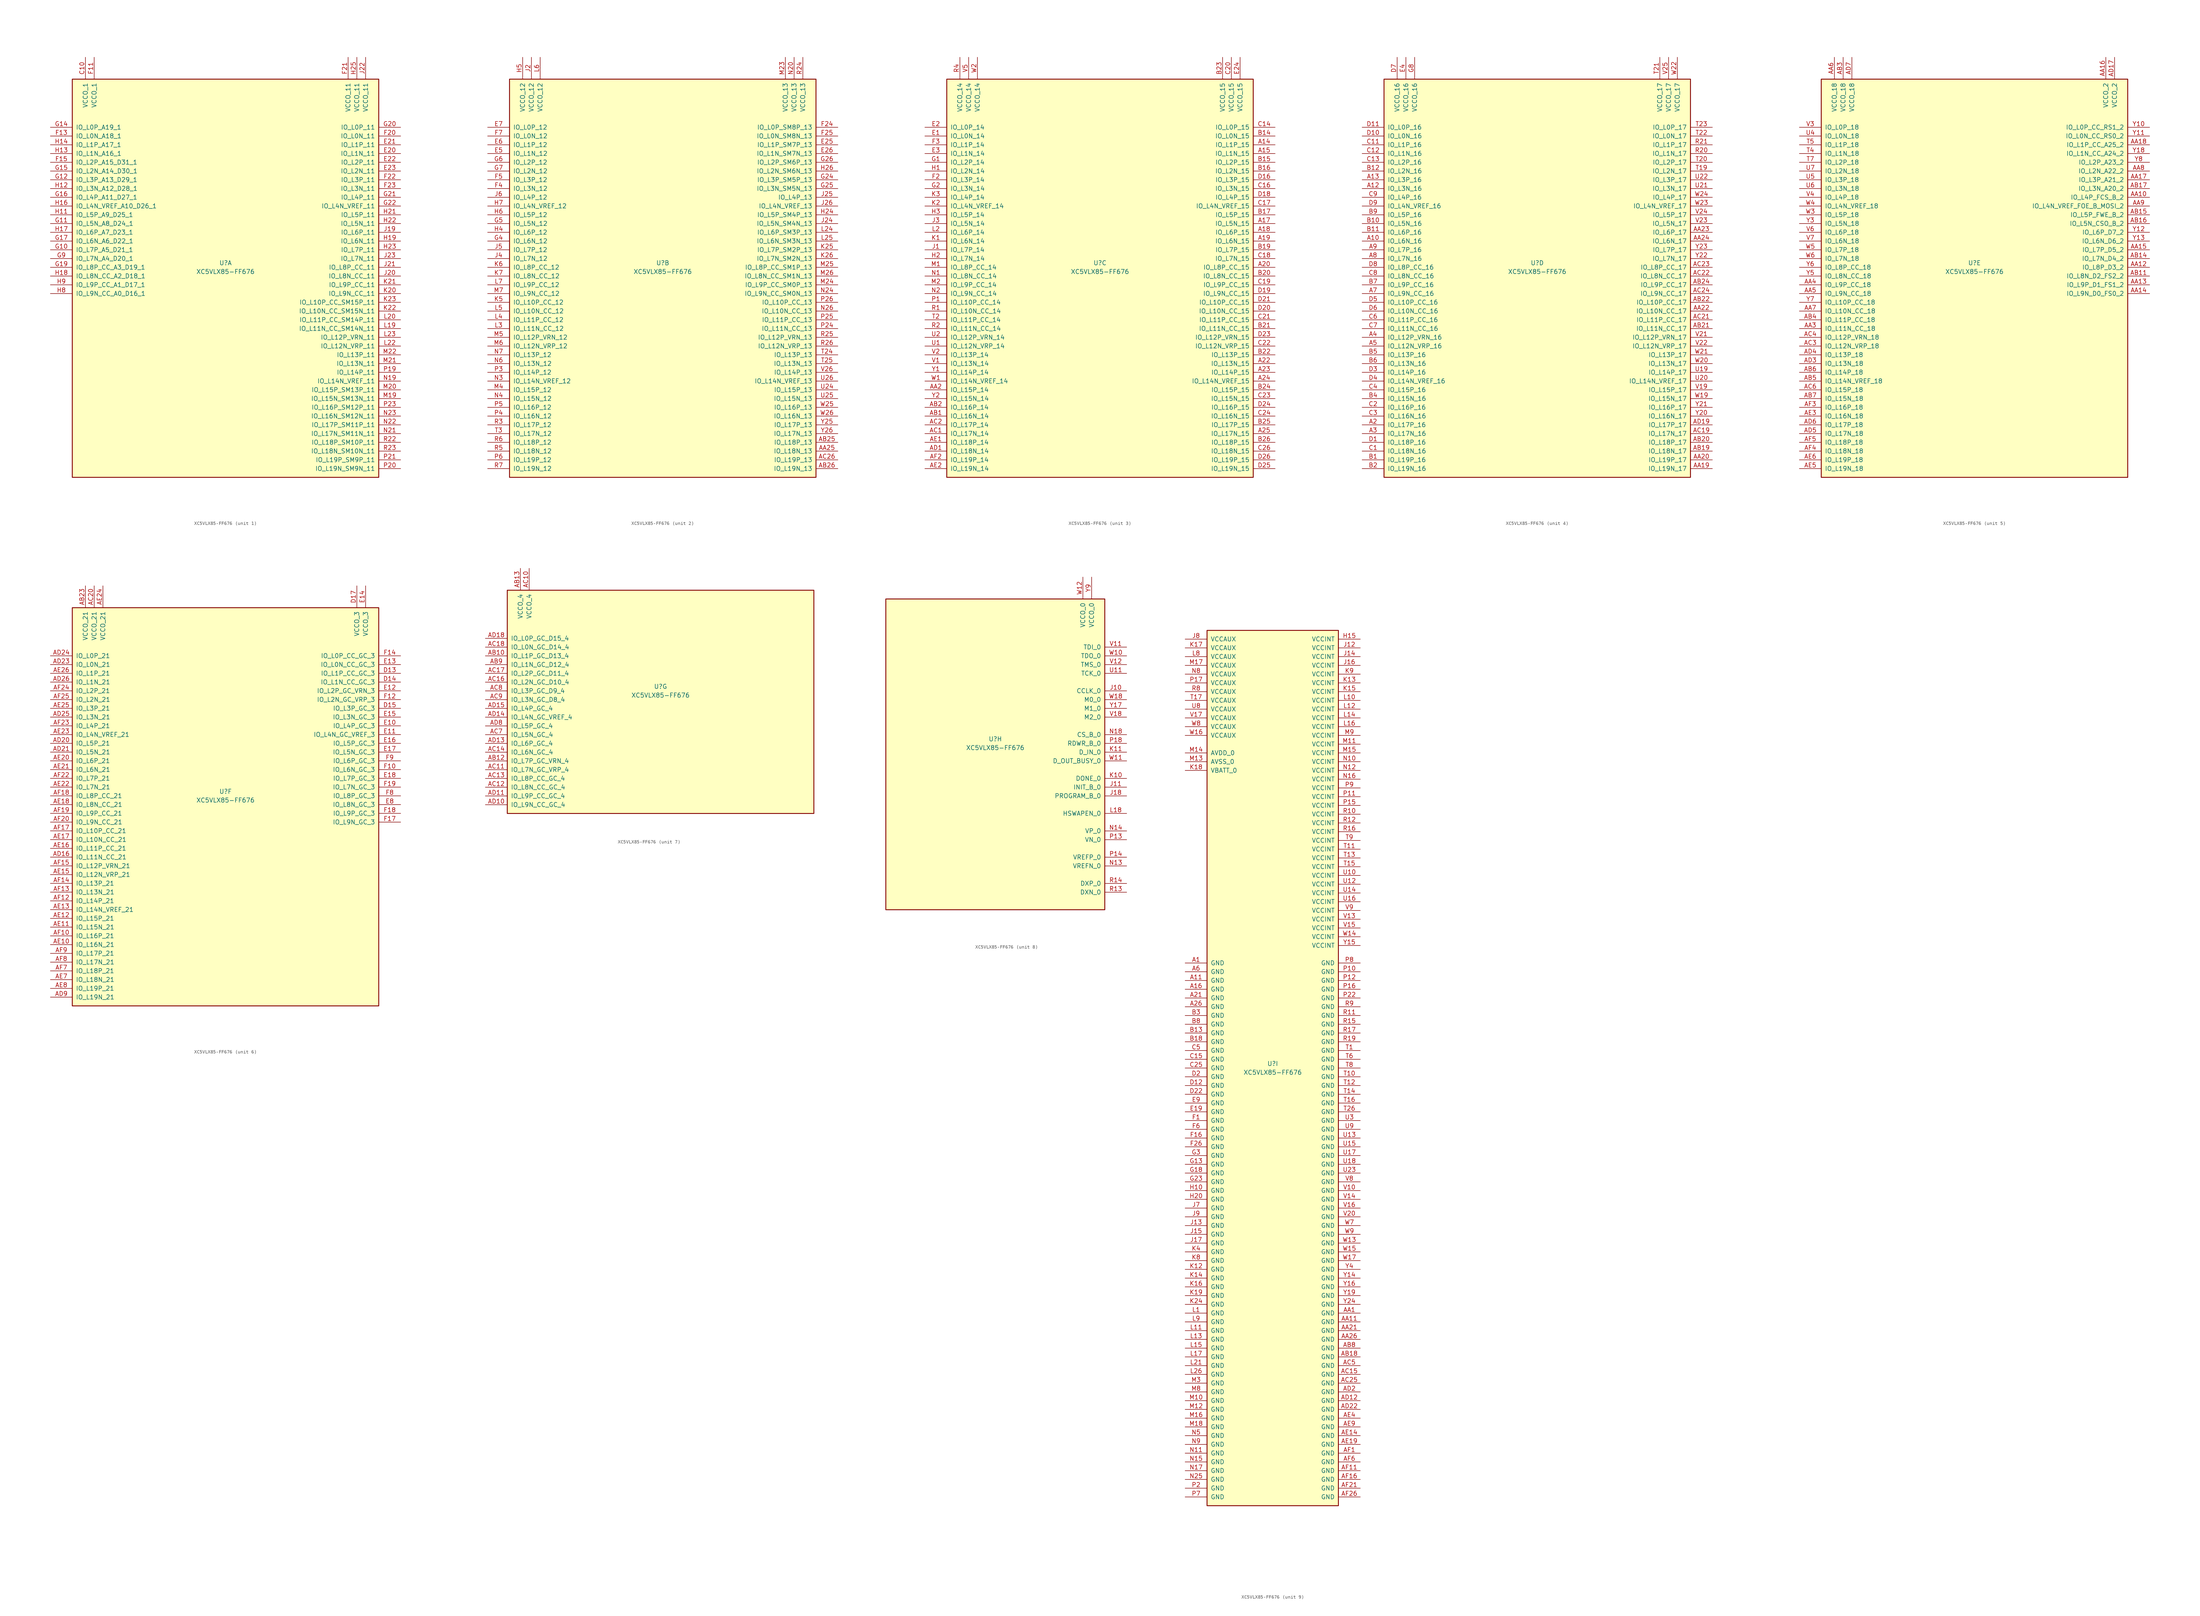
<source format=kicad_sym>
(kicad_symbol_lib
  (version 20211014)
  (generator kicad_symbol_editor)
  (symbol "XC5VLX85-FF676"
    (pin_names
      (offset 1.016))
    (property "Reference" "U"
      (at 0 1.27 0)
      (effects (font (size 1.27 1.27))))
    (property "Value" "XC5VLX85-FF676"
      (at 0 -1.27 0)
      (effects (font (size 1.27 1.27))))
    (property "Datasheet" ""
      (at 0 0 0)
      (effects (font (size 1.27 1.27))))
    (property "ki_locked" ""
      (at 0 0 0)
      (effects (font (size 1.27 1.27))))
    (symbol "XC5VLX85-FF676_1_1"
      (rectangle (start -44.45 54.61) (end 44.45 -60.96) (stroke (width 0.254) (type default) (color 0 0 0 0)) (fill (type background)))
      (pin power_in line (at -40.64 60.96 270) (length 6.35) (name "VCCO_1" (effects (font (size 1.27 1.27)))) (number "C10" (effects (font (size 1.27 1.27)))))
      (pin bidirectional line (at 50.8 33.02 180) (length 6.35) (name "IO_L1N_11" (effects (font (size 1.27 1.27)))) (number "E20" (effects (font (size 1.27 1.27)))))
      (pin bidirectional line (at 50.8 35.56 180) (length 6.35) (name "IO_L1P_11" (effects (font (size 1.27 1.27)))) (number "E21" (effects (font (size 1.27 1.27)))))
      (pin bidirectional line (at 50.8 30.48 180) (length 6.35) (name "IO_L2P_11" (effects (font (size 1.27 1.27)))) (number "E22" (effects (font (size 1.27 1.27)))))
      (pin bidirectional line (at 50.8 27.94 180) (length 6.35) (name "IO_L2N_11" (effects (font (size 1.27 1.27)))) (number "E23" (effects (font (size 1.27 1.27)))))
      (pin power_in line (at -38.1 60.96 270) (length 6.35) (name "VCCO_1" (effects (font (size 1.27 1.27)))) (number "F11" (effects (font (size 1.27 1.27)))))
      (pin bidirectional line (at -50.8 38.1 0) (length 6.35) (name "IO_L0N_A18_1" (effects (font (size 1.27 1.27)))) (number "F13" (effects (font (size 1.27 1.27)))))
      (pin bidirectional line (at -50.8 30.48 0) (length 6.35) (name "IO_L2P_A15_D31_1" (effects (font (size 1.27 1.27)))) (number "F15" (effects (font (size 1.27 1.27)))))
      (pin bidirectional line (at 50.8 38.1 180) (length 6.35) (name "IO_L0N_11" (effects (font (size 1.27 1.27)))) (number "F20" (effects (font (size 1.27 1.27)))))
      (pin power_in line (at 35.56 60.96 270) (length 6.35) (name "VCCO_11" (effects (font (size 1.27 1.27)))) (number "F21" (effects (font (size 1.27 1.27)))))
      (pin bidirectional line (at 50.8 25.4 180) (length 6.35) (name "IO_L3P_11" (effects (font (size 1.27 1.27)))) (number "F22" (effects (font (size 1.27 1.27)))))
      (pin bidirectional line (at 50.8 22.86 180) (length 6.35) (name "IO_L3N_11" (effects (font (size 1.27 1.27)))) (number "F23" (effects (font (size 1.27 1.27)))))
      (pin bidirectional line (at -50.8 5.08 0) (length 6.35) (name "IO_L7P_A5_D21_1" (effects (font (size 1.27 1.27)))) (number "G10" (effects (font (size 1.27 1.27)))))
      (pin bidirectional line (at -50.8 12.7 0) (length 6.35) (name "IO_L5N_A8_D24_1" (effects (font (size 1.27 1.27)))) (number "G11" (effects (font (size 1.27 1.27)))))
      (pin bidirectional line (at -50.8 25.4 0) (length 6.35) (name "IO_L3P_A13_D29_1" (effects (font (size 1.27 1.27)))) (number "G12" (effects (font (size 1.27 1.27)))))
      (pin bidirectional line (at -50.8 40.64 0) (length 6.35) (name "IO_L0P_A19_1" (effects (font (size 1.27 1.27)))) (number "G14" (effects (font (size 1.27 1.27)))))
      (pin bidirectional line (at -50.8 27.94 0) (length 6.35) (name "IO_L2N_A14_D30_1" (effects (font (size 1.27 1.27)))) (number "G15" (effects (font (size 1.27 1.27)))))
      (pin bidirectional line (at -50.8 20.32 0) (length 6.35) (name "IO_L4P_A11_D27_1" (effects (font (size 1.27 1.27)))) (number "G16" (effects (font (size 1.27 1.27)))))
      (pin bidirectional line (at -50.8 7.62 0) (length 6.35) (name "IO_L6N_A6_D22_1" (effects (font (size 1.27 1.27)))) (number "G17" (effects (font (size 1.27 1.27)))))
      (pin bidirectional line (at -50.8 0 0) (length 6.35) (name "IO_L8P_CC_A3_D19_1" (effects (font (size 1.27 1.27)))) (number "G19" (effects (font (size 1.27 1.27)))))
      (pin bidirectional line (at 50.8 40.64 180) (length 6.35) (name "IO_L0P_11" (effects (font (size 1.27 1.27)))) (number "G20" (effects (font (size 1.27 1.27)))))
      (pin bidirectional line (at 50.8 20.32 180) (length 6.35) (name "IO_L4P_11" (effects (font (size 1.27 1.27)))) (number "G21" (effects (font (size 1.27 1.27)))))
      (pin bidirectional line (at 50.8 17.78 180) (length 6.35) (name "IO_L4N_VREF_11" (effects (font (size 1.27 1.27)))) (number "G22" (effects (font (size 1.27 1.27)))))
      (pin bidirectional line (at -50.8 2.54 0) (length 6.35) (name "IO_L7N_A4_D20_1" (effects (font (size 1.27 1.27)))) (number "G9" (effects (font (size 1.27 1.27)))))
      (pin bidirectional line (at -50.8 15.24 0) (length 6.35) (name "IO_L5P_A9_D25_1" (effects (font (size 1.27 1.27)))) (number "H11" (effects (font (size 1.27 1.27)))))
      (pin bidirectional line (at -50.8 22.86 0) (length 6.35) (name "IO_L3N_A12_D28_1" (effects (font (size 1.27 1.27)))) (number "H12" (effects (font (size 1.27 1.27)))))
      (pin bidirectional line (at -50.8 33.02 0) (length 6.35) (name "IO_L1N_A16_1" (effects (font (size 1.27 1.27)))) (number "H13" (effects (font (size 1.27 1.27)))))
      (pin bidirectional line (at -50.8 35.56 0) (length 6.35) (name "IO_L1P_A17_1" (effects (font (size 1.27 1.27)))) (number "H14" (effects (font (size 1.27 1.27)))))
      (pin bidirectional line (at -50.8 17.78 0) (length 6.35) (name "IO_L4N_VREF_A10_D26_1" (effects (font (size 1.27 1.27)))) (number "H16" (effects (font (size 1.27 1.27)))))
      (pin bidirectional line (at -50.8 10.16 0) (length 6.35) (name "IO_L6P_A7_D23_1" (effects (font (size 1.27 1.27)))) (number "H17" (effects (font (size 1.27 1.27)))))
      (pin bidirectional line (at -50.8 -2.54 0) (length 6.35) (name "IO_L8N_CC_A2_D18_1" (effects (font (size 1.27 1.27)))) (number "H18" (effects (font (size 1.27 1.27)))))
      (pin bidirectional line (at 50.8 7.62 180) (length 6.35) (name "IO_L6N_11" (effects (font (size 1.27 1.27)))) (number "H19" (effects (font (size 1.27 1.27)))))
      (pin bidirectional line (at 50.8 15.24 180) (length 6.35) (name "IO_L5P_11" (effects (font (size 1.27 1.27)))) (number "H21" (effects (font (size 1.27 1.27)))))
      (pin bidirectional line (at 50.8 12.7 180) (length 6.35) (name "IO_L5N_11" (effects (font (size 1.27 1.27)))) (number "H22" (effects (font (size 1.27 1.27)))))
      (pin bidirectional line (at 50.8 5.08 180) (length 6.35) (name "IO_L7P_11" (effects (font (size 1.27 1.27)))) (number "H23" (effects (font (size 1.27 1.27)))))
      (pin power_in line (at 38.1 60.96 270) (length 6.35) (name "VCCO_11" (effects (font (size 1.27 1.27)))) (number "H25" (effects (font (size 1.27 1.27)))))
      (pin bidirectional line (at -50.8 -7.62 0) (length 6.35) (name "IO_L9N_CC_A0_D16_1" (effects (font (size 1.27 1.27)))) (number "H8" (effects (font (size 1.27 1.27)))))
      (pin bidirectional line (at -50.8 -5.08 0) (length 6.35) (name "IO_L9P_CC_A1_D17_1" (effects (font (size 1.27 1.27)))) (number "H9" (effects (font (size 1.27 1.27)))))
      (pin bidirectional line (at 50.8 10.16 180) (length 6.35) (name "IO_L6P_11" (effects (font (size 1.27 1.27)))) (number "J19" (effects (font (size 1.27 1.27)))))
      (pin bidirectional line (at 50.8 -2.54 180) (length 6.35) (name "IO_L8N_CC_11" (effects (font (size 1.27 1.27)))) (number "J20" (effects (font (size 1.27 1.27)))))
      (pin bidirectional line (at 50.8 0 180) (length 6.35) (name "IO_L8P_CC_11" (effects (font (size 1.27 1.27)))) (number "J21" (effects (font (size 1.27 1.27)))))
      (pin power_in line (at 40.64 60.96 270) (length 6.35) (name "VCCO_11" (effects (font (size 1.27 1.27)))) (number "J22" (effects (font (size 1.27 1.27)))))
      (pin bidirectional line (at 50.8 2.54 180) (length 6.35) (name "IO_L7N_11" (effects (font (size 1.27 1.27)))) (number "J23" (effects (font (size 1.27 1.27)))))
      (pin bidirectional line (at 50.8 -7.62 180) (length 6.35) (name "IO_L9N_CC_11" (effects (font (size 1.27 1.27)))) (number "K20" (effects (font (size 1.27 1.27)))))
      (pin bidirectional line (at 50.8 -5.08 180) (length 6.35) (name "IO_L9P_CC_11" (effects (font (size 1.27 1.27)))) (number "K21" (effects (font (size 1.27 1.27)))))
      (pin bidirectional line (at 50.8 -12.7 180) (length 6.35) (name "IO_L10N_CC_SM15N_11" (effects (font (size 1.27 1.27)))) (number "K22" (effects (font (size 1.27 1.27)))))
      (pin bidirectional line (at 50.8 -10.16 180) (length 6.35) (name "IO_L10P_CC_SM15P_11" (effects (font (size 1.27 1.27)))) (number "K23" (effects (font (size 1.27 1.27)))))
      (pin bidirectional line (at 50.8 -17.78 180) (length 6.35) (name "IO_L11N_CC_SM14N_11" (effects (font (size 1.27 1.27)))) (number "L19" (effects (font (size 1.27 1.27)))))
      (pin bidirectional line (at 50.8 -15.24 180) (length 6.35) (name "IO_L11P_CC_SM14P_11" (effects (font (size 1.27 1.27)))) (number "L20" (effects (font (size 1.27 1.27)))))
      (pin bidirectional line (at 50.8 -22.86 180) (length 6.35) (name "IO_L12N_VRP_11" (effects (font (size 1.27 1.27)))) (number "L22" (effects (font (size 1.27 1.27)))))
      (pin bidirectional line (at 50.8 -20.32 180) (length 6.35) (name "IO_L12P_VRN_11" (effects (font (size 1.27 1.27)))) (number "L23" (effects (font (size 1.27 1.27)))))
      (pin bidirectional line (at 50.8 -38.1 180) (length 6.35) (name "IO_L15N_SM13N_11" (effects (font (size 1.27 1.27)))) (number "M19" (effects (font (size 1.27 1.27)))))
      (pin bidirectional line (at 50.8 -35.56 180) (length 6.35) (name "IO_L15P_SM13P_11" (effects (font (size 1.27 1.27)))) (number "M20" (effects (font (size 1.27 1.27)))))
      (pin bidirectional line (at 50.8 -27.94 180) (length 6.35) (name "IO_L13N_11" (effects (font (size 1.27 1.27)))) (number "M21" (effects (font (size 1.27 1.27)))))
      (pin bidirectional line (at 50.8 -25.4 180) (length 6.35) (name "IO_L13P_11" (effects (font (size 1.27 1.27)))) (number "M22" (effects (font (size 1.27 1.27)))))
      (pin bidirectional line (at 50.8 -33.02 180) (length 6.35) (name "IO_L14N_VREF_11" (effects (font (size 1.27 1.27)))) (number "N19" (effects (font (size 1.27 1.27)))))
      (pin bidirectional line (at 50.8 -48.26 180) (length 6.35) (name "IO_L17N_SM11N_11" (effects (font (size 1.27 1.27)))) (number "N21" (effects (font (size 1.27 1.27)))))
      (pin bidirectional line (at 50.8 -45.72 180) (length 6.35) (name "IO_L17P_SM11P_11" (effects (font (size 1.27 1.27)))) (number "N22" (effects (font (size 1.27 1.27)))))
      (pin bidirectional line (at 50.8 -43.18 180) (length 6.35) (name "IO_L16N_SM12N_11" (effects (font (size 1.27 1.27)))) (number "N23" (effects (font (size 1.27 1.27)))))
      (pin bidirectional line (at 50.8 -30.48 180) (length 6.35) (name "IO_L14P_11" (effects (font (size 1.27 1.27)))) (number "P19" (effects (font (size 1.27 1.27)))))
      (pin bidirectional line (at 50.8 -58.42 180) (length 6.35) (name "IO_L19N_SM9N_11" (effects (font (size 1.27 1.27)))) (number "P20" (effects (font (size 1.27 1.27)))))
      (pin bidirectional line (at 50.8 -55.88 180) (length 6.35) (name "IO_L19P_SM9P_11" (effects (font (size 1.27 1.27)))) (number "P21" (effects (font (size 1.27 1.27)))))
      (pin bidirectional line (at 50.8 -40.64 180) (length 6.35) (name "IO_L16P_SM12P_11" (effects (font (size 1.27 1.27)))) (number "P23" (effects (font (size 1.27 1.27)))))
      (pin bidirectional line (at 50.8 -50.8 180) (length 6.35) (name "IO_L18P_SM10P_11" (effects (font (size 1.27 1.27)))) (number "R22" (effects (font (size 1.27 1.27)))))
      (pin bidirectional line (at 50.8 -53.34 180) (length 6.35) (name "IO_L18N_SM10N_11" (effects (font (size 1.27 1.27)))) (number "R23" (effects (font (size 1.27 1.27))))))
    (symbol "XC5VLX85-FF676_2_1"
      (rectangle (start -44.45 54.61) (end 44.45 -60.96) (stroke (width 0.254) (type default) (color 0 0 0 0)) (fill (type background)))
      (pin bidirectional line (at 50.8 -53.34 180) (length 6.35) (name "IO_L18N_13" (effects (font (size 1.27 1.27)))) (number "AA25" (effects (font (size 1.27 1.27)))))
      (pin bidirectional line (at 50.8 -50.8 180) (length 6.35) (name "IO_L18P_13" (effects (font (size 1.27 1.27)))) (number "AB25" (effects (font (size 1.27 1.27)))))
      (pin bidirectional line (at 50.8 -58.42 180) (length 6.35) (name "IO_L19N_13" (effects (font (size 1.27 1.27)))) (number "AB26" (effects (font (size 1.27 1.27)))))
      (pin bidirectional line (at 50.8 -55.88 180) (length 6.35) (name "IO_L19P_13" (effects (font (size 1.27 1.27)))) (number "AC26" (effects (font (size 1.27 1.27)))))
      (pin bidirectional line (at 50.8 35.56 180) (length 6.35) (name "IO_L1P_SM7P_13" (effects (font (size 1.27 1.27)))) (number "E25" (effects (font (size 1.27 1.27)))))
      (pin bidirectional line (at 50.8 33.02 180) (length 6.35) (name "IO_L1N_SM7N_13" (effects (font (size 1.27 1.27)))) (number "E26" (effects (font (size 1.27 1.27)))))
      (pin bidirectional line (at -50.8 33.02 0) (length 6.35) (name "IO_L1N_12" (effects (font (size 1.27 1.27)))) (number "E5" (effects (font (size 1.27 1.27)))))
      (pin bidirectional line (at -50.8 35.56 0) (length 6.35) (name "IO_L1P_12" (effects (font (size 1.27 1.27)))) (number "E6" (effects (font (size 1.27 1.27)))))
      (pin bidirectional line (at -50.8 40.64 0) (length 6.35) (name "IO_L0P_12" (effects (font (size 1.27 1.27)))) (number "E7" (effects (font (size 1.27 1.27)))))
      (pin bidirectional line (at 50.8 40.64 180) (length 6.35) (name "IO_L0P_SM8P_13" (effects (font (size 1.27 1.27)))) (number "F24" (effects (font (size 1.27 1.27)))))
      (pin bidirectional line (at 50.8 38.1 180) (length 6.35) (name "IO_L0N_SM8N_13" (effects (font (size 1.27 1.27)))) (number "F25" (effects (font (size 1.27 1.27)))))
      (pin bidirectional line (at -50.8 22.86 0) (length 6.35) (name "IO_L3N_12" (effects (font (size 1.27 1.27)))) (number "F4" (effects (font (size 1.27 1.27)))))
      (pin bidirectional line (at -50.8 25.4 0) (length 6.35) (name "IO_L3P_12" (effects (font (size 1.27 1.27)))) (number "F5" (effects (font (size 1.27 1.27)))))
      (pin bidirectional line (at -50.8 38.1 0) (length 6.35) (name "IO_L0N_12" (effects (font (size 1.27 1.27)))) (number "F7" (effects (font (size 1.27 1.27)))))
      (pin bidirectional line (at 50.8 25.4 180) (length 6.35) (name "IO_L3P_SM5P_13" (effects (font (size 1.27 1.27)))) (number "G24" (effects (font (size 1.27 1.27)))))
      (pin bidirectional line (at 50.8 22.86 180) (length 6.35) (name "IO_L3N_SM5N_13" (effects (font (size 1.27 1.27)))) (number "G25" (effects (font (size 1.27 1.27)))))
      (pin bidirectional line (at 50.8 30.48 180) (length 6.35) (name "IO_L2P_SM6P_13" (effects (font (size 1.27 1.27)))) (number "G26" (effects (font (size 1.27 1.27)))))
      (pin bidirectional line (at -50.8 7.62 0) (length 6.35) (name "IO_L6N_12" (effects (font (size 1.27 1.27)))) (number "G4" (effects (font (size 1.27 1.27)))))
      (pin bidirectional line (at -50.8 12.7 0) (length 6.35) (name "IO_L5N_12" (effects (font (size 1.27 1.27)))) (number "G5" (effects (font (size 1.27 1.27)))))
      (pin bidirectional line (at -50.8 30.48 0) (length 6.35) (name "IO_L2P_12" (effects (font (size 1.27 1.27)))) (number "G6" (effects (font (size 1.27 1.27)))))
      (pin bidirectional line (at -50.8 27.94 0) (length 6.35) (name "IO_L2N_12" (effects (font (size 1.27 1.27)))) (number "G7" (effects (font (size 1.27 1.27)))))
      (pin bidirectional line (at 50.8 15.24 180) (length 6.35) (name "IO_L5P_SM4P_13" (effects (font (size 1.27 1.27)))) (number "H24" (effects (font (size 1.27 1.27)))))
      (pin bidirectional line (at 50.8 27.94 180) (length 6.35) (name "IO_L2N_SM6N_13" (effects (font (size 1.27 1.27)))) (number "H26" (effects (font (size 1.27 1.27)))))
      (pin bidirectional line (at -50.8 10.16 0) (length 6.35) (name "IO_L6P_12" (effects (font (size 1.27 1.27)))) (number "H4" (effects (font (size 1.27 1.27)))))
      (pin power_in line (at -40.64 60.96 270) (length 6.35) (name "VCCO_12" (effects (font (size 1.27 1.27)))) (number "H5" (effects (font (size 1.27 1.27)))))
      (pin bidirectional line (at -50.8 15.24 0) (length 6.35) (name "IO_L5P_12" (effects (font (size 1.27 1.27)))) (number "H6" (effects (font (size 1.27 1.27)))))
      (pin bidirectional line (at -50.8 17.78 0) (length 6.35) (name "IO_L4N_VREF_12" (effects (font (size 1.27 1.27)))) (number "H7" (effects (font (size 1.27 1.27)))))
      (pin power_in line (at -38.1 60.96 270) (length 6.35) (name "VCCO_12" (effects (font (size 1.27 1.27)))) (number "J2" (effects (font (size 1.27 1.27)))))
      (pin bidirectional line (at 50.8 12.7 180) (length 6.35) (name "IO_L5N_SM4N_13" (effects (font (size 1.27 1.27)))) (number "J24" (effects (font (size 1.27 1.27)))))
      (pin bidirectional line (at 50.8 20.32 180) (length 6.35) (name "IO_L4P_13" (effects (font (size 1.27 1.27)))) (number "J25" (effects (font (size 1.27 1.27)))))
      (pin bidirectional line (at 50.8 17.78 180) (length 6.35) (name "IO_L4N_VREF_13" (effects (font (size 1.27 1.27)))) (number "J26" (effects (font (size 1.27 1.27)))))
      (pin bidirectional line (at -50.8 2.54 0) (length 6.35) (name "IO_L7N_12" (effects (font (size 1.27 1.27)))) (number "J4" (effects (font (size 1.27 1.27)))))
      (pin bidirectional line (at -50.8 5.08 0) (length 6.35) (name "IO_L7P_12" (effects (font (size 1.27 1.27)))) (number "J5" (effects (font (size 1.27 1.27)))))
      (pin bidirectional line (at -50.8 20.32 0) (length 6.35) (name "IO_L4P_12" (effects (font (size 1.27 1.27)))) (number "J6" (effects (font (size 1.27 1.27)))))
      (pin bidirectional line (at 50.8 5.08 180) (length 6.35) (name "IO_L7P_SM2P_13" (effects (font (size 1.27 1.27)))) (number "K25" (effects (font (size 1.27 1.27)))))
      (pin bidirectional line (at 50.8 2.54 180) (length 6.35) (name "IO_L7N_SM2N_13" (effects (font (size 1.27 1.27)))) (number "K26" (effects (font (size 1.27 1.27)))))
      (pin bidirectional line (at -50.8 -10.16 0) (length 6.35) (name "IO_L10P_CC_12" (effects (font (size 1.27 1.27)))) (number "K5" (effects (font (size 1.27 1.27)))))
      (pin bidirectional line (at -50.8 0 0) (length 6.35) (name "IO_L8P_CC_12" (effects (font (size 1.27 1.27)))) (number "K6" (effects (font (size 1.27 1.27)))))
      (pin bidirectional line (at -50.8 -2.54 0) (length 6.35) (name "IO_L8N_CC_12" (effects (font (size 1.27 1.27)))) (number "K7" (effects (font (size 1.27 1.27)))))
      (pin bidirectional line (at 50.8 10.16 180) (length 6.35) (name "IO_L6P_SM3P_13" (effects (font (size 1.27 1.27)))) (number "L24" (effects (font (size 1.27 1.27)))))
      (pin bidirectional line (at 50.8 7.62 180) (length 6.35) (name "IO_L6N_SM3N_13" (effects (font (size 1.27 1.27)))) (number "L25" (effects (font (size 1.27 1.27)))))
      (pin bidirectional line (at -50.8 -17.78 0) (length 6.35) (name "IO_L11N_CC_12" (effects (font (size 1.27 1.27)))) (number "L3" (effects (font (size 1.27 1.27)))))
      (pin bidirectional line (at -50.8 -15.24 0) (length 6.35) (name "IO_L11P_CC_12" (effects (font (size 1.27 1.27)))) (number "L4" (effects (font (size 1.27 1.27)))))
      (pin bidirectional line (at -50.8 -12.7 0) (length 6.35) (name "IO_L10N_CC_12" (effects (font (size 1.27 1.27)))) (number "L5" (effects (font (size 1.27 1.27)))))
      (pin power_in line (at -35.56 60.96 270) (length 6.35) (name "VCCO_12" (effects (font (size 1.27 1.27)))) (number "L6" (effects (font (size 1.27 1.27)))))
      (pin bidirectional line (at -50.8 -5.08 0) (length 6.35) (name "IO_L9P_CC_12" (effects (font (size 1.27 1.27)))) (number "L7" (effects (font (size 1.27 1.27)))))
      (pin power_in line (at 35.56 60.96 270) (length 6.35) (name "VCCO_13" (effects (font (size 1.27 1.27)))) (number "M23" (effects (font (size 1.27 1.27)))))
      (pin bidirectional line (at 50.8 -5.08 180) (length 6.35) (name "IO_L9P_CC_SM0P_13" (effects (font (size 1.27 1.27)))) (number "M24" (effects (font (size 1.27 1.27)))))
      (pin bidirectional line (at 50.8 0 180) (length 6.35) (name "IO_L8P_CC_SM1P_13" (effects (font (size 1.27 1.27)))) (number "M25" (effects (font (size 1.27 1.27)))))
      (pin bidirectional line (at 50.8 -2.54 180) (length 6.35) (name "IO_L8N_CC_SM1N_13" (effects (font (size 1.27 1.27)))) (number "M26" (effects (font (size 1.27 1.27)))))
      (pin bidirectional line (at -50.8 -35.56 0) (length 6.35) (name "IO_L15P_12" (effects (font (size 1.27 1.27)))) (number "M4" (effects (font (size 1.27 1.27)))))
      (pin bidirectional line (at -50.8 -20.32 0) (length 6.35) (name "IO_L12P_VRN_12" (effects (font (size 1.27 1.27)))) (number "M5" (effects (font (size 1.27 1.27)))))
      (pin bidirectional line (at -50.8 -22.86 0) (length 6.35) (name "IO_L12N_VRP_12" (effects (font (size 1.27 1.27)))) (number "M6" (effects (font (size 1.27 1.27)))))
      (pin bidirectional line (at -50.8 -7.62 0) (length 6.35) (name "IO_L9N_CC_12" (effects (font (size 1.27 1.27)))) (number "M7" (effects (font (size 1.27 1.27)))))
      (pin power_in line (at 38.1 60.96 270) (length 6.35) (name "VCCO_13" (effects (font (size 1.27 1.27)))) (number "N20" (effects (font (size 1.27 1.27)))))
      (pin bidirectional line (at 50.8 -7.62 180) (length 6.35) (name "IO_L9N_CC_SM0N_13" (effects (font (size 1.27 1.27)))) (number "N24" (effects (font (size 1.27 1.27)))))
      (pin bidirectional line (at 50.8 -12.7 180) (length 6.35) (name "IO_L10N_CC_13" (effects (font (size 1.27 1.27)))) (number "N26" (effects (font (size 1.27 1.27)))))
      (pin bidirectional line (at -50.8 -33.02 0) (length 6.35) (name "IO_L14N_VREF_12" (effects (font (size 1.27 1.27)))) (number "N3" (effects (font (size 1.27 1.27)))))
      (pin bidirectional line (at -50.8 -38.1 0) (length 6.35) (name "IO_L15N_12" (effects (font (size 1.27 1.27)))) (number "N4" (effects (font (size 1.27 1.27)))))
      (pin bidirectional line (at -50.8 -27.94 0) (length 6.35) (name "IO_L13N_12" (effects (font (size 1.27 1.27)))) (number "N6" (effects (font (size 1.27 1.27)))))
      (pin bidirectional line (at -50.8 -25.4 0) (length 6.35) (name "IO_L13P_12" (effects (font (size 1.27 1.27)))) (number "N7" (effects (font (size 1.27 1.27)))))
      (pin bidirectional line (at 50.8 -17.78 180) (length 6.35) (name "IO_L11N_CC_13" (effects (font (size 1.27 1.27)))) (number "P24" (effects (font (size 1.27 1.27)))))
      (pin bidirectional line (at 50.8 -15.24 180) (length 6.35) (name "IO_L11P_CC_13" (effects (font (size 1.27 1.27)))) (number "P25" (effects (font (size 1.27 1.27)))))
      (pin bidirectional line (at 50.8 -10.16 180) (length 6.35) (name "IO_L10P_CC_13" (effects (font (size 1.27 1.27)))) (number "P26" (effects (font (size 1.27 1.27)))))
      (pin bidirectional line (at -50.8 -30.48 0) (length 6.35) (name "IO_L14P_12" (effects (font (size 1.27 1.27)))) (number "P3" (effects (font (size 1.27 1.27)))))
      (pin bidirectional line (at -50.8 -43.18 0) (length 6.35) (name "IO_L16N_12" (effects (font (size 1.27 1.27)))) (number "P4" (effects (font (size 1.27 1.27)))))
      (pin bidirectional line (at -50.8 -40.64 0) (length 6.35) (name "IO_L16P_12" (effects (font (size 1.27 1.27)))) (number "P5" (effects (font (size 1.27 1.27)))))
      (pin bidirectional line (at -50.8 -55.88 0) (length 6.35) (name "IO_L19P_12" (effects (font (size 1.27 1.27)))) (number "P6" (effects (font (size 1.27 1.27)))))
      (pin power_in line (at 40.64 60.96 270) (length 6.35) (name "VCCO_13" (effects (font (size 1.27 1.27)))) (number "R24" (effects (font (size 1.27 1.27)))))
      (pin bidirectional line (at 50.8 -20.32 180) (length 6.35) (name "IO_L12P_VRN_13" (effects (font (size 1.27 1.27)))) (number "R25" (effects (font (size 1.27 1.27)))))
      (pin bidirectional line (at 50.8 -22.86 180) (length 6.35) (name "IO_L12N_VRP_13" (effects (font (size 1.27 1.27)))) (number "R26" (effects (font (size 1.27 1.27)))))
      (pin bidirectional line (at -50.8 -45.72 0) (length 6.35) (name "IO_L17P_12" (effects (font (size 1.27 1.27)))) (number "R3" (effects (font (size 1.27 1.27)))))
      (pin bidirectional line (at -50.8 -53.34 0) (length 6.35) (name "IO_L18N_12" (effects (font (size 1.27 1.27)))) (number "R5" (effects (font (size 1.27 1.27)))))
      (pin bidirectional line (at -50.8 -50.8 0) (length 6.35) (name "IO_L18P_12" (effects (font (size 1.27 1.27)))) (number "R6" (effects (font (size 1.27 1.27)))))
      (pin bidirectional line (at -50.8 -58.42 0) (length 6.35) (name "IO_L19N_12" (effects (font (size 1.27 1.27)))) (number "R7" (effects (font (size 1.27 1.27)))))
      (pin bidirectional line (at 50.8 -25.4 180) (length 6.35) (name "IO_L13P_13" (effects (font (size 1.27 1.27)))) (number "T24" (effects (font (size 1.27 1.27)))))
      (pin bidirectional line (at 50.8 -27.94 180) (length 6.35) (name "IO_L13N_13" (effects (font (size 1.27 1.27)))) (number "T25" (effects (font (size 1.27 1.27)))))
      (pin bidirectional line (at -50.8 -48.26 0) (length 6.35) (name "IO_L17N_12" (effects (font (size 1.27 1.27)))) (number "T3" (effects (font (size 1.27 1.27)))))
      (pin bidirectional line (at 50.8 -35.56 180) (length 6.35) (name "IO_L15P_13" (effects (font (size 1.27 1.27)))) (number "U24" (effects (font (size 1.27 1.27)))))
      (pin bidirectional line (at 50.8 -38.1 180) (length 6.35) (name "IO_L15N_13" (effects (font (size 1.27 1.27)))) (number "U25" (effects (font (size 1.27 1.27)))))
      (pin bidirectional line (at 50.8 -33.02 180) (length 6.35) (name "IO_L14N_VREF_13" (effects (font (size 1.27 1.27)))) (number "U26" (effects (font (size 1.27 1.27)))))
      (pin bidirectional line (at 50.8 -30.48 180) (length 6.35) (name "IO_L14P_13" (effects (font (size 1.27 1.27)))) (number "V26" (effects (font (size 1.27 1.27)))))
      (pin bidirectional line (at 50.8 -40.64 180) (length 6.35) (name "IO_L16P_13" (effects (font (size 1.27 1.27)))) (number "W25" (effects (font (size 1.27 1.27)))))
      (pin bidirectional line (at 50.8 -43.18 180) (length 6.35) (name "IO_L16N_13" (effects (font (size 1.27 1.27)))) (number "W26" (effects (font (size 1.27 1.27)))))
      (pin bidirectional line (at 50.8 -45.72 180) (length 6.35) (name "IO_L17P_13" (effects (font (size 1.27 1.27)))) (number "Y25" (effects (font (size 1.27 1.27)))))
      (pin bidirectional line (at 50.8 -48.26 180) (length 6.35) (name "IO_L17N_13" (effects (font (size 1.27 1.27)))) (number "Y26" (effects (font (size 1.27 1.27))))))
    (symbol "XC5VLX85-FF676_3_1"
      (rectangle (start -44.45 54.61) (end 44.45 -60.96) (stroke (width 0.254) (type default) (color 0 0 0 0)) (fill (type background)))
      (pin bidirectional line (at 50.8 35.56 180) (length 6.35) (name "IO_L1P_15" (effects (font (size 1.27 1.27)))) (number "A14" (effects (font (size 1.27 1.27)))))
      (pin bidirectional line (at 50.8 33.02 180) (length 6.35) (name "IO_L1N_15" (effects (font (size 1.27 1.27)))) (number "A15" (effects (font (size 1.27 1.27)))))
      (pin bidirectional line (at 50.8 12.7 180) (length 6.35) (name "IO_L5N_15" (effects (font (size 1.27 1.27)))) (number "A17" (effects (font (size 1.27 1.27)))))
      (pin bidirectional line (at 50.8 10.16 180) (length 6.35) (name "IO_L6P_15" (effects (font (size 1.27 1.27)))) (number "A18" (effects (font (size 1.27 1.27)))))
      (pin bidirectional line (at 50.8 7.62 180) (length 6.35) (name "IO_L6N_15" (effects (font (size 1.27 1.27)))) (number "A19" (effects (font (size 1.27 1.27)))))
      (pin bidirectional line (at 50.8 0 180) (length 6.35) (name "IO_L8P_CC_15" (effects (font (size 1.27 1.27)))) (number "A20" (effects (font (size 1.27 1.27)))))
      (pin bidirectional line (at 50.8 -27.94 180) (length 6.35) (name "IO_L13N_15" (effects (font (size 1.27 1.27)))) (number "A22" (effects (font (size 1.27 1.27)))))
      (pin bidirectional line (at 50.8 -30.48 180) (length 6.35) (name "IO_L14P_15" (effects (font (size 1.27 1.27)))) (number "A23" (effects (font (size 1.27 1.27)))))
      (pin bidirectional line (at 50.8 -33.02 180) (length 6.35) (name "IO_L14N_VREF_15" (effects (font (size 1.27 1.27)))) (number "A24" (effects (font (size 1.27 1.27)))))
      (pin bidirectional line (at 50.8 -48.26 180) (length 6.35) (name "IO_L17N_15" (effects (font (size 1.27 1.27)))) (number "A25" (effects (font (size 1.27 1.27)))))
      (pin bidirectional line (at -50.8 -35.56 0) (length 6.35) (name "IO_L15P_14" (effects (font (size 1.27 1.27)))) (number "AA2" (effects (font (size 1.27 1.27)))))
      (pin bidirectional line (at -50.8 -43.18 0) (length 6.35) (name "IO_L16N_14" (effects (font (size 1.27 1.27)))) (number "AB1" (effects (font (size 1.27 1.27)))))
      (pin bidirectional line (at -50.8 -40.64 0) (length 6.35) (name "IO_L16P_14" (effects (font (size 1.27 1.27)))) (number "AB2" (effects (font (size 1.27 1.27)))))
      (pin bidirectional line (at -50.8 -48.26 0) (length 6.35) (name "IO_L17N_14" (effects (font (size 1.27 1.27)))) (number "AC1" (effects (font (size 1.27 1.27)))))
      (pin bidirectional line (at -50.8 -45.72 0) (length 6.35) (name "IO_L17P_14" (effects (font (size 1.27 1.27)))) (number "AC2" (effects (font (size 1.27 1.27)))))
      (pin bidirectional line (at -50.8 -53.34 0) (length 6.35) (name "IO_L18N_14" (effects (font (size 1.27 1.27)))) (number "AD1" (effects (font (size 1.27 1.27)))))
      (pin bidirectional line (at -50.8 -50.8 0) (length 6.35) (name "IO_L18P_14" (effects (font (size 1.27 1.27)))) (number "AE1" (effects (font (size 1.27 1.27)))))
      (pin bidirectional line (at -50.8 -58.42 0) (length 6.35) (name "IO_L19N_14" (effects (font (size 1.27 1.27)))) (number "AE2" (effects (font (size 1.27 1.27)))))
      (pin bidirectional line (at -50.8 -55.88 0) (length 6.35) (name "IO_L19P_14" (effects (font (size 1.27 1.27)))) (number "AF2" (effects (font (size 1.27 1.27)))))
      (pin bidirectional line (at 50.8 38.1 180) (length 6.35) (name "IO_L0N_15" (effects (font (size 1.27 1.27)))) (number "B14" (effects (font (size 1.27 1.27)))))
      (pin bidirectional line (at 50.8 30.48 180) (length 6.35) (name "IO_L2P_15" (effects (font (size 1.27 1.27)))) (number "B15" (effects (font (size 1.27 1.27)))))
      (pin bidirectional line (at 50.8 27.94 180) (length 6.35) (name "IO_L2N_15" (effects (font (size 1.27 1.27)))) (number "B16" (effects (font (size 1.27 1.27)))))
      (pin bidirectional line (at 50.8 15.24 180) (length 6.35) (name "IO_L5P_15" (effects (font (size 1.27 1.27)))) (number "B17" (effects (font (size 1.27 1.27)))))
      (pin bidirectional line (at 50.8 5.08 180) (length 6.35) (name "IO_L7P_15" (effects (font (size 1.27 1.27)))) (number "B19" (effects (font (size 1.27 1.27)))))
      (pin bidirectional line (at 50.8 -2.54 180) (length 6.35) (name "IO_L8N_CC_15" (effects (font (size 1.27 1.27)))) (number "B20" (effects (font (size 1.27 1.27)))))
      (pin bidirectional line (at 50.8 -17.78 180) (length 6.35) (name "IO_L11N_CC_15" (effects (font (size 1.27 1.27)))) (number "B21" (effects (font (size 1.27 1.27)))))
      (pin bidirectional line (at 50.8 -25.4 180) (length 6.35) (name "IO_L13P_15" (effects (font (size 1.27 1.27)))) (number "B22" (effects (font (size 1.27 1.27)))))
      (pin power_in line (at 35.56 60.96 270) (length 6.35) (name "VCCO_15" (effects (font (size 1.27 1.27)))) (number "B23" (effects (font (size 1.27 1.27)))))
      (pin bidirectional line (at 50.8 -35.56 180) (length 6.35) (name "IO_L15P_15" (effects (font (size 1.27 1.27)))) (number "B24" (effects (font (size 1.27 1.27)))))
      (pin bidirectional line (at 50.8 -45.72 180) (length 6.35) (name "IO_L17P_15" (effects (font (size 1.27 1.27)))) (number "B25" (effects (font (size 1.27 1.27)))))
      (pin bidirectional line (at 50.8 -50.8 180) (length 6.35) (name "IO_L18P_15" (effects (font (size 1.27 1.27)))) (number "B26" (effects (font (size 1.27 1.27)))))
      (pin bidirectional line (at 50.8 40.64 180) (length 6.35) (name "IO_L0P_15" (effects (font (size 1.27 1.27)))) (number "C14" (effects (font (size 1.27 1.27)))))
      (pin bidirectional line (at 50.8 22.86 180) (length 6.35) (name "IO_L3N_15" (effects (font (size 1.27 1.27)))) (number "C16" (effects (font (size 1.27 1.27)))))
      (pin bidirectional line (at 50.8 17.78 180) (length 6.35) (name "IO_L4N_VREF_15" (effects (font (size 1.27 1.27)))) (number "C17" (effects (font (size 1.27 1.27)))))
      (pin bidirectional line (at 50.8 2.54 180) (length 6.35) (name "IO_L7N_15" (effects (font (size 1.27 1.27)))) (number "C18" (effects (font (size 1.27 1.27)))))
      (pin bidirectional line (at 50.8 -5.08 180) (length 6.35) (name "IO_L9P_CC_15" (effects (font (size 1.27 1.27)))) (number "C19" (effects (font (size 1.27 1.27)))))
      (pin power_in line (at 38.1 60.96 270) (length 6.35) (name "VCCO_15" (effects (font (size 1.27 1.27)))) (number "C20" (effects (font (size 1.27 1.27)))))
      (pin bidirectional line (at 50.8 -15.24 180) (length 6.35) (name "IO_L11P_CC_15" (effects (font (size 1.27 1.27)))) (number "C21" (effects (font (size 1.27 1.27)))))
      (pin bidirectional line (at 50.8 -22.86 180) (length 6.35) (name "IO_L12N_VRP_15" (effects (font (size 1.27 1.27)))) (number "C22" (effects (font (size 1.27 1.27)))))
      (pin bidirectional line (at 50.8 -38.1 180) (length 6.35) (name "IO_L15N_15" (effects (font (size 1.27 1.27)))) (number "C23" (effects (font (size 1.27 1.27)))))
      (pin bidirectional line (at 50.8 -43.18 180) (length 6.35) (name "IO_L16N_15" (effects (font (size 1.27 1.27)))) (number "C24" (effects (font (size 1.27 1.27)))))
      (pin bidirectional line (at 50.8 -53.34 180) (length 6.35) (name "IO_L18N_15" (effects (font (size 1.27 1.27)))) (number "C26" (effects (font (size 1.27 1.27)))))
      (pin bidirectional line (at 50.8 25.4 180) (length 6.35) (name "IO_L3P_15" (effects (font (size 1.27 1.27)))) (number "D16" (effects (font (size 1.27 1.27)))))
      (pin bidirectional line (at 50.8 20.32 180) (length 6.35) (name "IO_L4P_15" (effects (font (size 1.27 1.27)))) (number "D18" (effects (font (size 1.27 1.27)))))
      (pin bidirectional line (at 50.8 -7.62 180) (length 6.35) (name "IO_L9N_CC_15" (effects (font (size 1.27 1.27)))) (number "D19" (effects (font (size 1.27 1.27)))))
      (pin bidirectional line (at 50.8 -12.7 180) (length 6.35) (name "IO_L10N_CC_15" (effects (font (size 1.27 1.27)))) (number "D20" (effects (font (size 1.27 1.27)))))
      (pin bidirectional line (at 50.8 -10.16 180) (length 6.35) (name "IO_L10P_CC_15" (effects (font (size 1.27 1.27)))) (number "D21" (effects (font (size 1.27 1.27)))))
      (pin bidirectional line (at 50.8 -20.32 180) (length 6.35) (name "IO_L12P_VRN_15" (effects (font (size 1.27 1.27)))) (number "D23" (effects (font (size 1.27 1.27)))))
      (pin bidirectional line (at 50.8 -40.64 180) (length 6.35) (name "IO_L16P_15" (effects (font (size 1.27 1.27)))) (number "D24" (effects (font (size 1.27 1.27)))))
      (pin bidirectional line (at 50.8 -58.42 180) (length 6.35) (name "IO_L19N_15" (effects (font (size 1.27 1.27)))) (number "D25" (effects (font (size 1.27 1.27)))))
      (pin bidirectional line (at 50.8 -55.88 180) (length 6.35) (name "IO_L19P_15" (effects (font (size 1.27 1.27)))) (number "D26" (effects (font (size 1.27 1.27)))))
      (pin bidirectional line (at -50.8 38.1 0) (length 6.35) (name "IO_L0N_14" (effects (font (size 1.27 1.27)))) (number "E1" (effects (font (size 1.27 1.27)))))
      (pin bidirectional line (at -50.8 40.64 0) (length 6.35) (name "IO_L0P_14" (effects (font (size 1.27 1.27)))) (number "E2" (effects (font (size 1.27 1.27)))))
      (pin power_in line (at 40.64 60.96 270) (length 6.35) (name "VCCO_15" (effects (font (size 1.27 1.27)))) (number "E24" (effects (font (size 1.27 1.27)))))
      (pin bidirectional line (at -50.8 33.02 0) (length 6.35) (name "IO_L1N_14" (effects (font (size 1.27 1.27)))) (number "E3" (effects (font (size 1.27 1.27)))))
      (pin bidirectional line (at -50.8 25.4 0) (length 6.35) (name "IO_L3P_14" (effects (font (size 1.27 1.27)))) (number "F2" (effects (font (size 1.27 1.27)))))
      (pin bidirectional line (at -50.8 35.56 0) (length 6.35) (name "IO_L1P_14" (effects (font (size 1.27 1.27)))) (number "F3" (effects (font (size 1.27 1.27)))))
      (pin bidirectional line (at -50.8 30.48 0) (length 6.35) (name "IO_L2P_14" (effects (font (size 1.27 1.27)))) (number "G1" (effects (font (size 1.27 1.27)))))
      (pin bidirectional line (at -50.8 22.86 0) (length 6.35) (name "IO_L3N_14" (effects (font (size 1.27 1.27)))) (number "G2" (effects (font (size 1.27 1.27)))))
      (pin bidirectional line (at -50.8 27.94 0) (length 6.35) (name "IO_L2N_14" (effects (font (size 1.27 1.27)))) (number "H1" (effects (font (size 1.27 1.27)))))
      (pin bidirectional line (at -50.8 2.54 0) (length 6.35) (name "IO_L7N_14" (effects (font (size 1.27 1.27)))) (number "H2" (effects (font (size 1.27 1.27)))))
      (pin bidirectional line (at -50.8 15.24 0) (length 6.35) (name "IO_L5P_14" (effects (font (size 1.27 1.27)))) (number "H3" (effects (font (size 1.27 1.27)))))
      (pin bidirectional line (at -50.8 5.08 0) (length 6.35) (name "IO_L7P_14" (effects (font (size 1.27 1.27)))) (number "J1" (effects (font (size 1.27 1.27)))))
      (pin bidirectional line (at -50.8 12.7 0) (length 6.35) (name "IO_L5N_14" (effects (font (size 1.27 1.27)))) (number "J3" (effects (font (size 1.27 1.27)))))
      (pin bidirectional line (at -50.8 7.62 0) (length 6.35) (name "IO_L6N_14" (effects (font (size 1.27 1.27)))) (number "K1" (effects (font (size 1.27 1.27)))))
      (pin bidirectional line (at -50.8 17.78 0) (length 6.35) (name "IO_L4N_VREF_14" (effects (font (size 1.27 1.27)))) (number "K2" (effects (font (size 1.27 1.27)))))
      (pin bidirectional line (at -50.8 20.32 0) (length 6.35) (name "IO_L4P_14" (effects (font (size 1.27 1.27)))) (number "K3" (effects (font (size 1.27 1.27)))))
      (pin bidirectional line (at -50.8 10.16 0) (length 6.35) (name "IO_L6P_14" (effects (font (size 1.27 1.27)))) (number "L2" (effects (font (size 1.27 1.27)))))
      (pin bidirectional line (at -50.8 0 0) (length 6.35) (name "IO_L8P_CC_14" (effects (font (size 1.27 1.27)))) (number "M1" (effects (font (size 1.27 1.27)))))
      (pin bidirectional line (at -50.8 -5.08 0) (length 6.35) (name "IO_L9P_CC_14" (effects (font (size 1.27 1.27)))) (number "M2" (effects (font (size 1.27 1.27)))))
      (pin bidirectional line (at -50.8 -2.54 0) (length 6.35) (name "IO_L8N_CC_14" (effects (font (size 1.27 1.27)))) (number "N1" (effects (font (size 1.27 1.27)))))
      (pin bidirectional line (at -50.8 -7.62 0) (length 6.35) (name "IO_L9N_CC_14" (effects (font (size 1.27 1.27)))) (number "N2" (effects (font (size 1.27 1.27)))))
      (pin bidirectional line (at -50.8 -10.16 0) (length 6.35) (name "IO_L10P_CC_14" (effects (font (size 1.27 1.27)))) (number "P1" (effects (font (size 1.27 1.27)))))
      (pin bidirectional line (at -50.8 -12.7 0) (length 6.35) (name "IO_L10N_CC_14" (effects (font (size 1.27 1.27)))) (number "R1" (effects (font (size 1.27 1.27)))))
      (pin bidirectional line (at -50.8 -17.78 0) (length 6.35) (name "IO_L11N_CC_14" (effects (font (size 1.27 1.27)))) (number "R2" (effects (font (size 1.27 1.27)))))
      (pin power_in line (at -40.64 60.96 270) (length 6.35) (name "VCCO_14" (effects (font (size 1.27 1.27)))) (number "R4" (effects (font (size 1.27 1.27)))))
      (pin bidirectional line (at -50.8 -15.24 0) (length 6.35) (name "IO_L11P_CC_14" (effects (font (size 1.27 1.27)))) (number "T2" (effects (font (size 1.27 1.27)))))
      (pin bidirectional line (at -50.8 -22.86 0) (length 6.35) (name "IO_L12N_VRP_14" (effects (font (size 1.27 1.27)))) (number "U1" (effects (font (size 1.27 1.27)))))
      (pin bidirectional line (at -50.8 -20.32 0) (length 6.35) (name "IO_L12P_VRN_14" (effects (font (size 1.27 1.27)))) (number "U2" (effects (font (size 1.27 1.27)))))
      (pin bidirectional line (at -50.8 -27.94 0) (length 6.35) (name "IO_L13N_14" (effects (font (size 1.27 1.27)))) (number "V1" (effects (font (size 1.27 1.27)))))
      (pin bidirectional line (at -50.8 -25.4 0) (length 6.35) (name "IO_L13P_14" (effects (font (size 1.27 1.27)))) (number "V2" (effects (font (size 1.27 1.27)))))
      (pin power_in line (at -38.1 60.96 270) (length 6.35) (name "VCCO_14" (effects (font (size 1.27 1.27)))) (number "V5" (effects (font (size 1.27 1.27)))))
      (pin bidirectional line (at -50.8 -33.02 0) (length 6.35) (name "IO_L14N_VREF_14" (effects (font (size 1.27 1.27)))) (number "W1" (effects (font (size 1.27 1.27)))))
      (pin power_in line (at -35.56 60.96 270) (length 6.35) (name "VCCO_14" (effects (font (size 1.27 1.27)))) (number "W2" (effects (font (size 1.27 1.27)))))
      (pin bidirectional line (at -50.8 -30.48 0) (length 6.35) (name "IO_L14P_14" (effects (font (size 1.27 1.27)))) (number "Y1" (effects (font (size 1.27 1.27)))))
      (pin bidirectional line (at -50.8 -38.1 0) (length 6.35) (name "IO_L15N_14" (effects (font (size 1.27 1.27)))) (number "Y2" (effects (font (size 1.27 1.27))))))
    (symbol "XC5VLX85-FF676_4_1"
      (rectangle (start -44.45 54.61) (end 44.45 -60.96) (stroke (width 0.254) (type default) (color 0 0 0 0)) (fill (type background)))
      (pin bidirectional line (at -50.8 7.62 0) (length 6.35) (name "IO_L6N_16" (effects (font (size 1.27 1.27)))) (number "A10" (effects (font (size 1.27 1.27)))))
      (pin bidirectional line (at -50.8 22.86 0) (length 6.35) (name "IO_L3N_16" (effects (font (size 1.27 1.27)))) (number "A12" (effects (font (size 1.27 1.27)))))
      (pin bidirectional line (at -50.8 25.4 0) (length 6.35) (name "IO_L3P_16" (effects (font (size 1.27 1.27)))) (number "A13" (effects (font (size 1.27 1.27)))))
      (pin bidirectional line (at -50.8 -45.72 0) (length 6.35) (name "IO_L17P_16" (effects (font (size 1.27 1.27)))) (number "A2" (effects (font (size 1.27 1.27)))))
      (pin bidirectional line (at -50.8 -48.26 0) (length 6.35) (name "IO_L17N_16" (effects (font (size 1.27 1.27)))) (number "A3" (effects (font (size 1.27 1.27)))))
      (pin bidirectional line (at -50.8 -20.32 0) (length 6.35) (name "IO_L12P_VRN_16" (effects (font (size 1.27 1.27)))) (number "A4" (effects (font (size 1.27 1.27)))))
      (pin bidirectional line (at -50.8 -22.86 0) (length 6.35) (name "IO_L12N_VRP_16" (effects (font (size 1.27 1.27)))) (number "A5" (effects (font (size 1.27 1.27)))))
      (pin bidirectional line (at -50.8 -7.62 0) (length 6.35) (name "IO_L9N_CC_16" (effects (font (size 1.27 1.27)))) (number "A7" (effects (font (size 1.27 1.27)))))
      (pin bidirectional line (at -50.8 2.54 0) (length 6.35) (name "IO_L7N_16" (effects (font (size 1.27 1.27)))) (number "A8" (effects (font (size 1.27 1.27)))))
      (pin bidirectional line (at -50.8 5.08 0) (length 6.35) (name "IO_L7P_16" (effects (font (size 1.27 1.27)))) (number "A9" (effects (font (size 1.27 1.27)))))
      (pin bidirectional line (at 50.8 -58.42 180) (length 6.35) (name "IO_L19N_17" (effects (font (size 1.27 1.27)))) (number "AA19" (effects (font (size 1.27 1.27)))))
      (pin bidirectional line (at 50.8 -55.88 180) (length 6.35) (name "IO_L19P_17" (effects (font (size 1.27 1.27)))) (number "AA20" (effects (font (size 1.27 1.27)))))
      (pin bidirectional line (at 50.8 -12.7 180) (length 6.35) (name "IO_L10N_CC_17" (effects (font (size 1.27 1.27)))) (number "AA22" (effects (font (size 1.27 1.27)))))
      (pin bidirectional line (at 50.8 10.16 180) (length 6.35) (name "IO_L6P_17" (effects (font (size 1.27 1.27)))) (number "AA23" (effects (font (size 1.27 1.27)))))
      (pin bidirectional line (at 50.8 7.62 180) (length 6.35) (name "IO_L6N_17" (effects (font (size 1.27 1.27)))) (number "AA24" (effects (font (size 1.27 1.27)))))
      (pin bidirectional line (at 50.8 -53.34 180) (length 6.35) (name "IO_L18N_17" (effects (font (size 1.27 1.27)))) (number "AB19" (effects (font (size 1.27 1.27)))))
      (pin bidirectional line (at 50.8 -50.8 180) (length 6.35) (name "IO_L18P_17" (effects (font (size 1.27 1.27)))) (number "AB20" (effects (font (size 1.27 1.27)))))
      (pin bidirectional line (at 50.8 -17.78 180) (length 6.35) (name "IO_L11N_CC_17" (effects (font (size 1.27 1.27)))) (number "AB21" (effects (font (size 1.27 1.27)))))
      (pin bidirectional line (at 50.8 -10.16 180) (length 6.35) (name "IO_L10P_CC_17" (effects (font (size 1.27 1.27)))) (number "AB22" (effects (font (size 1.27 1.27)))))
      (pin bidirectional line (at 50.8 -5.08 180) (length 6.35) (name "IO_L9P_CC_17" (effects (font (size 1.27 1.27)))) (number "AB24" (effects (font (size 1.27 1.27)))))
      (pin bidirectional line (at 50.8 -48.26 180) (length 6.35) (name "IO_L17N_17" (effects (font (size 1.27 1.27)))) (number "AC19" (effects (font (size 1.27 1.27)))))
      (pin bidirectional line (at 50.8 -15.24 180) (length 6.35) (name "IO_L11P_CC_17" (effects (font (size 1.27 1.27)))) (number "AC21" (effects (font (size 1.27 1.27)))))
      (pin bidirectional line (at 50.8 -2.54 180) (length 6.35) (name "IO_L8N_CC_17" (effects (font (size 1.27 1.27)))) (number "AC22" (effects (font (size 1.27 1.27)))))
      (pin bidirectional line (at 50.8 0 180) (length 6.35) (name "IO_L8P_CC_17" (effects (font (size 1.27 1.27)))) (number "AC23" (effects (font (size 1.27 1.27)))))
      (pin bidirectional line (at 50.8 -7.62 180) (length 6.35) (name "IO_L9N_CC_17" (effects (font (size 1.27 1.27)))) (number "AC24" (effects (font (size 1.27 1.27)))))
      (pin bidirectional line (at 50.8 -45.72 180) (length 6.35) (name "IO_L17P_17" (effects (font (size 1.27 1.27)))) (number "AD19" (effects (font (size 1.27 1.27)))))
      (pin bidirectional line (at -50.8 -55.88 0) (length 6.35) (name "IO_L19P_16" (effects (font (size 1.27 1.27)))) (number "B1" (effects (font (size 1.27 1.27)))))
      (pin bidirectional line (at -50.8 12.7 0) (length 6.35) (name "IO_L5N_16" (effects (font (size 1.27 1.27)))) (number "B10" (effects (font (size 1.27 1.27)))))
      (pin bidirectional line (at -50.8 10.16 0) (length 6.35) (name "IO_L6P_16" (effects (font (size 1.27 1.27)))) (number "B11" (effects (font (size 1.27 1.27)))))
      (pin bidirectional line (at -50.8 27.94 0) (length 6.35) (name "IO_L2N_16" (effects (font (size 1.27 1.27)))) (number "B12" (effects (font (size 1.27 1.27)))))
      (pin bidirectional line (at -50.8 -58.42 0) (length 6.35) (name "IO_L19N_16" (effects (font (size 1.27 1.27)))) (number "B2" (effects (font (size 1.27 1.27)))))
      (pin bidirectional line (at -50.8 -38.1 0) (length 6.35) (name "IO_L15N_16" (effects (font (size 1.27 1.27)))) (number "B4" (effects (font (size 1.27 1.27)))))
      (pin bidirectional line (at -50.8 -25.4 0) (length 6.35) (name "IO_L13P_16" (effects (font (size 1.27 1.27)))) (number "B5" (effects (font (size 1.27 1.27)))))
      (pin bidirectional line (at -50.8 -27.94 0) (length 6.35) (name "IO_L13N_16" (effects (font (size 1.27 1.27)))) (number "B6" (effects (font (size 1.27 1.27)))))
      (pin bidirectional line (at -50.8 -5.08 0) (length 6.35) (name "IO_L9P_CC_16" (effects (font (size 1.27 1.27)))) (number "B7" (effects (font (size 1.27 1.27)))))
      (pin bidirectional line (at -50.8 15.24 0) (length 6.35) (name "IO_L5P_16" (effects (font (size 1.27 1.27)))) (number "B9" (effects (font (size 1.27 1.27)))))
      (pin bidirectional line (at -50.8 -53.34 0) (length 6.35) (name "IO_L18N_16" (effects (font (size 1.27 1.27)))) (number "C1" (effects (font (size 1.27 1.27)))))
      (pin bidirectional line (at -50.8 35.56 0) (length 6.35) (name "IO_L1P_16" (effects (font (size 1.27 1.27)))) (number "C11" (effects (font (size 1.27 1.27)))))
      (pin bidirectional line (at -50.8 33.02 0) (length 6.35) (name "IO_L1N_16" (effects (font (size 1.27 1.27)))) (number "C12" (effects (font (size 1.27 1.27)))))
      (pin bidirectional line (at -50.8 30.48 0) (length 6.35) (name "IO_L2P_16" (effects (font (size 1.27 1.27)))) (number "C13" (effects (font (size 1.27 1.27)))))
      (pin bidirectional line (at -50.8 -40.64 0) (length 6.35) (name "IO_L16P_16" (effects (font (size 1.27 1.27)))) (number "C2" (effects (font (size 1.27 1.27)))))
      (pin bidirectional line (at -50.8 -43.18 0) (length 6.35) (name "IO_L16N_16" (effects (font (size 1.27 1.27)))) (number "C3" (effects (font (size 1.27 1.27)))))
      (pin bidirectional line (at -50.8 -35.56 0) (length 6.35) (name "IO_L15P_16" (effects (font (size 1.27 1.27)))) (number "C4" (effects (font (size 1.27 1.27)))))
      (pin bidirectional line (at -50.8 -15.24 0) (length 6.35) (name "IO_L11P_CC_16" (effects (font (size 1.27 1.27)))) (number "C6" (effects (font (size 1.27 1.27)))))
      (pin bidirectional line (at -50.8 -17.78 0) (length 6.35) (name "IO_L11N_CC_16" (effects (font (size 1.27 1.27)))) (number "C7" (effects (font (size 1.27 1.27)))))
      (pin bidirectional line (at -50.8 -2.54 0) (length 6.35) (name "IO_L8N_CC_16" (effects (font (size 1.27 1.27)))) (number "C8" (effects (font (size 1.27 1.27)))))
      (pin bidirectional line (at -50.8 20.32 0) (length 6.35) (name "IO_L4P_16" (effects (font (size 1.27 1.27)))) (number "C9" (effects (font (size 1.27 1.27)))))
      (pin bidirectional line (at -50.8 -50.8 0) (length 6.35) (name "IO_L18P_16" (effects (font (size 1.27 1.27)))) (number "D1" (effects (font (size 1.27 1.27)))))
      (pin bidirectional line (at -50.8 38.1 0) (length 6.35) (name "IO_L0N_16" (effects (font (size 1.27 1.27)))) (number "D10" (effects (font (size 1.27 1.27)))))
      (pin bidirectional line (at -50.8 40.64 0) (length 6.35) (name "IO_L0P_16" (effects (font (size 1.27 1.27)))) (number "D11" (effects (font (size 1.27 1.27)))))
      (pin bidirectional line (at -50.8 -30.48 0) (length 6.35) (name "IO_L14P_16" (effects (font (size 1.27 1.27)))) (number "D3" (effects (font (size 1.27 1.27)))))
      (pin bidirectional line (at -50.8 -33.02 0) (length 6.35) (name "IO_L14N_VREF_16" (effects (font (size 1.27 1.27)))) (number "D4" (effects (font (size 1.27 1.27)))))
      (pin bidirectional line (at -50.8 -10.16 0) (length 6.35) (name "IO_L10P_CC_16" (effects (font (size 1.27 1.27)))) (number "D5" (effects (font (size 1.27 1.27)))))
      (pin bidirectional line (at -50.8 -12.7 0) (length 6.35) (name "IO_L10N_CC_16" (effects (font (size 1.27 1.27)))) (number "D6" (effects (font (size 1.27 1.27)))))
      (pin power_in line (at -40.64 60.96 270) (length 6.35) (name "VCCO_16" (effects (font (size 1.27 1.27)))) (number "D7" (effects (font (size 1.27 1.27)))))
      (pin bidirectional line (at -50.8 0 0) (length 6.35) (name "IO_L8P_CC_16" (effects (font (size 1.27 1.27)))) (number "D8" (effects (font (size 1.27 1.27)))))
      (pin bidirectional line (at -50.8 17.78 0) (length 6.35) (name "IO_L4N_VREF_16" (effects (font (size 1.27 1.27)))) (number "D9" (effects (font (size 1.27 1.27)))))
      (pin power_in line (at -38.1 60.96 270) (length 6.35) (name "VCCO_16" (effects (font (size 1.27 1.27)))) (number "E4" (effects (font (size 1.27 1.27)))))
      (pin power_in line (at -35.56 60.96 270) (length 6.35) (name "VCCO_16" (effects (font (size 1.27 1.27)))) (number "G8" (effects (font (size 1.27 1.27)))))
      (pin bidirectional line (at 50.8 33.02 180) (length 6.35) (name "IO_L1N_17" (effects (font (size 1.27 1.27)))) (number "R20" (effects (font (size 1.27 1.27)))))
      (pin bidirectional line (at 50.8 35.56 180) (length 6.35) (name "IO_L1P_17" (effects (font (size 1.27 1.27)))) (number "R21" (effects (font (size 1.27 1.27)))))
      (pin bidirectional line (at 50.8 27.94 180) (length 6.35) (name "IO_L2N_17" (effects (font (size 1.27 1.27)))) (number "T19" (effects (font (size 1.27 1.27)))))
      (pin bidirectional line (at 50.8 30.48 180) (length 6.35) (name "IO_L2P_17" (effects (font (size 1.27 1.27)))) (number "T20" (effects (font (size 1.27 1.27)))))
      (pin power_in line (at 35.56 60.96 270) (length 6.35) (name "VCCO_17" (effects (font (size 1.27 1.27)))) (number "T21" (effects (font (size 1.27 1.27)))))
      (pin bidirectional line (at 50.8 38.1 180) (length 6.35) (name "IO_L0N_17" (effects (font (size 1.27 1.27)))) (number "T22" (effects (font (size 1.27 1.27)))))
      (pin bidirectional line (at 50.8 40.64 180) (length 6.35) (name "IO_L0P_17" (effects (font (size 1.27 1.27)))) (number "T23" (effects (font (size 1.27 1.27)))))
      (pin bidirectional line (at 50.8 -30.48 180) (length 6.35) (name "IO_L14P_17" (effects (font (size 1.27 1.27)))) (number "U19" (effects (font (size 1.27 1.27)))))
      (pin bidirectional line (at 50.8 -33.02 180) (length 6.35) (name "IO_L14N_VREF_17" (effects (font (size 1.27 1.27)))) (number "U20" (effects (font (size 1.27 1.27)))))
      (pin bidirectional line (at 50.8 22.86 180) (length 6.35) (name "IO_L3N_17" (effects (font (size 1.27 1.27)))) (number "U21" (effects (font (size 1.27 1.27)))))
      (pin bidirectional line (at 50.8 25.4 180) (length 6.35) (name "IO_L3P_17" (effects (font (size 1.27 1.27)))) (number "U22" (effects (font (size 1.27 1.27)))))
      (pin bidirectional line (at 50.8 -35.56 180) (length 6.35) (name "IO_L15P_17" (effects (font (size 1.27 1.27)))) (number "V19" (effects (font (size 1.27 1.27)))))
      (pin bidirectional line (at 50.8 -20.32 180) (length 6.35) (name "IO_L12P_VRN_17" (effects (font (size 1.27 1.27)))) (number "V21" (effects (font (size 1.27 1.27)))))
      (pin bidirectional line (at 50.8 -22.86 180) (length 6.35) (name "IO_L12N_VRP_17" (effects (font (size 1.27 1.27)))) (number "V22" (effects (font (size 1.27 1.27)))))
      (pin bidirectional line (at 50.8 12.7 180) (length 6.35) (name "IO_L5N_17" (effects (font (size 1.27 1.27)))) (number "V23" (effects (font (size 1.27 1.27)))))
      (pin bidirectional line (at 50.8 15.24 180) (length 6.35) (name "IO_L5P_17" (effects (font (size 1.27 1.27)))) (number "V24" (effects (font (size 1.27 1.27)))))
      (pin power_in line (at 38.1 60.96 270) (length 6.35) (name "VCCO_17" (effects (font (size 1.27 1.27)))) (number "V25" (effects (font (size 1.27 1.27)))))
      (pin bidirectional line (at 50.8 -38.1 180) (length 6.35) (name "IO_L15N_17" (effects (font (size 1.27 1.27)))) (number "W19" (effects (font (size 1.27 1.27)))))
      (pin bidirectional line (at 50.8 -27.94 180) (length 6.35) (name "IO_L13N_17" (effects (font (size 1.27 1.27)))) (number "W20" (effects (font (size 1.27 1.27)))))
      (pin bidirectional line (at 50.8 -25.4 180) (length 6.35) (name "IO_L13P_17" (effects (font (size 1.27 1.27)))) (number "W21" (effects (font (size 1.27 1.27)))))
      (pin power_in line (at 40.64 60.96 270) (length 6.35) (name "VCCO_17" (effects (font (size 1.27 1.27)))) (number "W22" (effects (font (size 1.27 1.27)))))
      (pin bidirectional line (at 50.8 17.78 180) (length 6.35) (name "IO_L4N_VREF_17" (effects (font (size 1.27 1.27)))) (number "W23" (effects (font (size 1.27 1.27)))))
      (pin bidirectional line (at 50.8 20.32 180) (length 6.35) (name "IO_L4P_17" (effects (font (size 1.27 1.27)))) (number "W24" (effects (font (size 1.27 1.27)))))
      (pin bidirectional line (at 50.8 -43.18 180) (length 6.35) (name "IO_L16N_17" (effects (font (size 1.27 1.27)))) (number "Y20" (effects (font (size 1.27 1.27)))))
      (pin bidirectional line (at 50.8 -40.64 180) (length 6.35) (name "IO_L16P_17" (effects (font (size 1.27 1.27)))) (number "Y21" (effects (font (size 1.27 1.27)))))
      (pin bidirectional line (at 50.8 2.54 180) (length 6.35) (name "IO_L7N_17" (effects (font (size 1.27 1.27)))) (number "Y22" (effects (font (size 1.27 1.27)))))
      (pin bidirectional line (at 50.8 5.08 180) (length 6.35) (name "IO_L7P_17" (effects (font (size 1.27 1.27)))) (number "Y23" (effects (font (size 1.27 1.27))))))
    (symbol "XC5VLX85-FF676_5_1"
      (rectangle (start -44.45 54.61) (end 44.45 -60.96) (stroke (width 0.254) (type default) (color 0 0 0 0)) (fill (type background)))
      (pin bidirectional line (at 50.8 20.32 180) (length 6.35) (name "IO_L4P_FCS_B_2" (effects (font (size 1.27 1.27)))) (number "AA10" (effects (font (size 1.27 1.27)))))
      (pin bidirectional line (at 50.8 0 180) (length 6.35) (name "IO_L8P_D3_2" (effects (font (size 1.27 1.27)))) (number "AA12" (effects (font (size 1.27 1.27)))))
      (pin bidirectional line (at 50.8 -5.08 180) (length 6.35) (name "IO_L9P_D1_FS1_2" (effects (font (size 1.27 1.27)))) (number "AA13" (effects (font (size 1.27 1.27)))))
      (pin bidirectional line (at 50.8 -7.62 180) (length 6.35) (name "IO_L9N_D0_FS0_2" (effects (font (size 1.27 1.27)))) (number "AA14" (effects (font (size 1.27 1.27)))))
      (pin bidirectional line (at 50.8 5.08 180) (length 6.35) (name "IO_L7P_D5_2" (effects (font (size 1.27 1.27)))) (number "AA15" (effects (font (size 1.27 1.27)))))
      (pin power_in line (at 38.1 60.96 270) (length 6.35) (name "VCCO_2" (effects (font (size 1.27 1.27)))) (number "AA16" (effects (font (size 1.27 1.27)))))
      (pin bidirectional line (at 50.8 25.4 180) (length 6.35) (name "IO_L3P_A21_2" (effects (font (size 1.27 1.27)))) (number "AA17" (effects (font (size 1.27 1.27)))))
      (pin bidirectional line (at 50.8 35.56 180) (length 6.35) (name "IO_L1P_CC_A25_2" (effects (font (size 1.27 1.27)))) (number "AA18" (effects (font (size 1.27 1.27)))))
      (pin bidirectional line (at -50.8 -17.78 0) (length 6.35) (name "IO_L11N_CC_18" (effects (font (size 1.27 1.27)))) (number "AA3" (effects (font (size 1.27 1.27)))))
      (pin bidirectional line (at -50.8 -5.08 0) (length 6.35) (name "IO_L9P_CC_18" (effects (font (size 1.27 1.27)))) (number "AA4" (effects (font (size 1.27 1.27)))))
      (pin bidirectional line (at -50.8 -7.62 0) (length 6.35) (name "IO_L9N_CC_18" (effects (font (size 1.27 1.27)))) (number "AA5" (effects (font (size 1.27 1.27)))))
      (pin power_in line (at -40.64 60.96 270) (length 6.35) (name "VCCO_18" (effects (font (size 1.27 1.27)))) (number "AA6" (effects (font (size 1.27 1.27)))))
      (pin bidirectional line (at -50.8 -12.7 0) (length 6.35) (name "IO_L10N_CC_18" (effects (font (size 1.27 1.27)))) (number "AA7" (effects (font (size 1.27 1.27)))))
      (pin bidirectional line (at 50.8 27.94 180) (length 6.35) (name "IO_L2N_A22_2" (effects (font (size 1.27 1.27)))) (number "AA8" (effects (font (size 1.27 1.27)))))
      (pin bidirectional line (at 50.8 17.78 180) (length 6.35) (name "IO_L4N_VREF_FOE_B_MOSI_2" (effects (font (size 1.27 1.27)))) (number "AA9" (effects (font (size 1.27 1.27)))))
      (pin bidirectional line (at 50.8 -2.54 180) (length 6.35) (name "IO_L8N_D2_FS2_2" (effects (font (size 1.27 1.27)))) (number "AB11" (effects (font (size 1.27 1.27)))))
      (pin bidirectional line (at 50.8 2.54 180) (length 6.35) (name "IO_L7N_D4_2" (effects (font (size 1.27 1.27)))) (number "AB14" (effects (font (size 1.27 1.27)))))
      (pin bidirectional line (at 50.8 15.24 180) (length 6.35) (name "IO_L5P_FWE_B_2" (effects (font (size 1.27 1.27)))) (number "AB15" (effects (font (size 1.27 1.27)))))
      (pin bidirectional line (at 50.8 12.7 180) (length 6.35) (name "IO_L5N_CSO_B_2" (effects (font (size 1.27 1.27)))) (number "AB16" (effects (font (size 1.27 1.27)))))
      (pin bidirectional line (at 50.8 22.86 180) (length 6.35) (name "IO_L3N_A20_2" (effects (font (size 1.27 1.27)))) (number "AB17" (effects (font (size 1.27 1.27)))))
      (pin power_in line (at -38.1 60.96 270) (length 6.35) (name "VCCO_18" (effects (font (size 1.27 1.27)))) (number "AB3" (effects (font (size 1.27 1.27)))))
      (pin bidirectional line (at -50.8 -15.24 0) (length 6.35) (name "IO_L11P_CC_18" (effects (font (size 1.27 1.27)))) (number "AB4" (effects (font (size 1.27 1.27)))))
      (pin bidirectional line (at -50.8 -33.02 0) (length 6.35) (name "IO_L14N_VREF_18" (effects (font (size 1.27 1.27)))) (number "AB5" (effects (font (size 1.27 1.27)))))
      (pin bidirectional line (at -50.8 -30.48 0) (length 6.35) (name "IO_L14P_18" (effects (font (size 1.27 1.27)))) (number "AB6" (effects (font (size 1.27 1.27)))))
      (pin bidirectional line (at -50.8 -38.1 0) (length 6.35) (name "IO_L15N_18" (effects (font (size 1.27 1.27)))) (number "AB7" (effects (font (size 1.27 1.27)))))
      (pin bidirectional line (at -50.8 -22.86 0) (length 6.35) (name "IO_L12N_VRP_18" (effects (font (size 1.27 1.27)))) (number "AC3" (effects (font (size 1.27 1.27)))))
      (pin bidirectional line (at -50.8 -20.32 0) (length 6.35) (name "IO_L12P_VRN_18" (effects (font (size 1.27 1.27)))) (number "AC4" (effects (font (size 1.27 1.27)))))
      (pin bidirectional line (at -50.8 -35.56 0) (length 6.35) (name "IO_L15P_18" (effects (font (size 1.27 1.27)))) (number "AC6" (effects (font (size 1.27 1.27)))))
      (pin power_in line (at 40.64 60.96 270) (length 6.35) (name "VCCO_2" (effects (font (size 1.27 1.27)))) (number "AD17" (effects (font (size 1.27 1.27)))))
      (pin bidirectional line (at -50.8 -27.94 0) (length 6.35) (name "IO_L13N_18" (effects (font (size 1.27 1.27)))) (number "AD3" (effects (font (size 1.27 1.27)))))
      (pin bidirectional line (at -50.8 -25.4 0) (length 6.35) (name "IO_L13P_18" (effects (font (size 1.27 1.27)))) (number "AD4" (effects (font (size 1.27 1.27)))))
      (pin bidirectional line (at -50.8 -48.26 0) (length 6.35) (name "IO_L17N_18" (effects (font (size 1.27 1.27)))) (number "AD5" (effects (font (size 1.27 1.27)))))
      (pin bidirectional line (at -50.8 -45.72 0) (length 6.35) (name "IO_L17P_18" (effects (font (size 1.27 1.27)))) (number "AD6" (effects (font (size 1.27 1.27)))))
      (pin power_in line (at -35.56 60.96 270) (length 6.35) (name "VCCO_18" (effects (font (size 1.27 1.27)))) (number "AD7" (effects (font (size 1.27 1.27)))))
      (pin bidirectional line (at -50.8 -43.18 0) (length 6.35) (name "IO_L16N_18" (effects (font (size 1.27 1.27)))) (number "AE3" (effects (font (size 1.27 1.27)))))
      (pin bidirectional line (at -50.8 -58.42 0) (length 6.35) (name "IO_L19N_18" (effects (font (size 1.27 1.27)))) (number "AE5" (effects (font (size 1.27 1.27)))))
      (pin bidirectional line (at -50.8 -55.88 0) (length 6.35) (name "IO_L19P_18" (effects (font (size 1.27 1.27)))) (number "AE6" (effects (font (size 1.27 1.27)))))
      (pin bidirectional line (at -50.8 -40.64 0) (length 6.35) (name "IO_L16P_18" (effects (font (size 1.27 1.27)))) (number "AF3" (effects (font (size 1.27 1.27)))))
      (pin bidirectional line (at -50.8 -53.34 0) (length 6.35) (name "IO_L18N_18" (effects (font (size 1.27 1.27)))) (number "AF4" (effects (font (size 1.27 1.27)))))
      (pin bidirectional line (at -50.8 -50.8 0) (length 6.35) (name "IO_L18P_18" (effects (font (size 1.27 1.27)))) (number "AF5" (effects (font (size 1.27 1.27)))))
      (pin bidirectional line (at -50.8 33.02 0) (length 6.35) (name "IO_L1N_18" (effects (font (size 1.27 1.27)))) (number "T4" (effects (font (size 1.27 1.27)))))
      (pin bidirectional line (at -50.8 35.56 0) (length 6.35) (name "IO_L1P_18" (effects (font (size 1.27 1.27)))) (number "T5" (effects (font (size 1.27 1.27)))))
      (pin bidirectional line (at -50.8 30.48 0) (length 6.35) (name "IO_L2P_18" (effects (font (size 1.27 1.27)))) (number "T7" (effects (font (size 1.27 1.27)))))
      (pin bidirectional line (at -50.8 38.1 0) (length 6.35) (name "IO_L0N_18" (effects (font (size 1.27 1.27)))) (number "U4" (effects (font (size 1.27 1.27)))))
      (pin bidirectional line (at -50.8 25.4 0) (length 6.35) (name "IO_L3P_18" (effects (font (size 1.27 1.27)))) (number "U5" (effects (font (size 1.27 1.27)))))
      (pin bidirectional line (at -50.8 22.86 0) (length 6.35) (name "IO_L3N_18" (effects (font (size 1.27 1.27)))) (number "U6" (effects (font (size 1.27 1.27)))))
      (pin bidirectional line (at -50.8 27.94 0) (length 6.35) (name "IO_L2N_18" (effects (font (size 1.27 1.27)))) (number "U7" (effects (font (size 1.27 1.27)))))
      (pin bidirectional line (at -50.8 40.64 0) (length 6.35) (name "IO_L0P_18" (effects (font (size 1.27 1.27)))) (number "V3" (effects (font (size 1.27 1.27)))))
      (pin bidirectional line (at -50.8 20.32 0) (length 6.35) (name "IO_L4P_18" (effects (font (size 1.27 1.27)))) (number "V4" (effects (font (size 1.27 1.27)))))
      (pin bidirectional line (at -50.8 10.16 0) (length 6.35) (name "IO_L6P_18" (effects (font (size 1.27 1.27)))) (number "V6" (effects (font (size 1.27 1.27)))))
      (pin bidirectional line (at -50.8 7.62 0) (length 6.35) (name "IO_L6N_18" (effects (font (size 1.27 1.27)))) (number "V7" (effects (font (size 1.27 1.27)))))
      (pin bidirectional line (at -50.8 15.24 0) (length 6.35) (name "IO_L5P_18" (effects (font (size 1.27 1.27)))) (number "W3" (effects (font (size 1.27 1.27)))))
      (pin bidirectional line (at -50.8 17.78 0) (length 6.35) (name "IO_L4N_VREF_18" (effects (font (size 1.27 1.27)))) (number "W4" (effects (font (size 1.27 1.27)))))
      (pin bidirectional line (at -50.8 5.08 0) (length 6.35) (name "IO_L7P_18" (effects (font (size 1.27 1.27)))) (number "W5" (effects (font (size 1.27 1.27)))))
      (pin bidirectional line (at -50.8 2.54 0) (length 6.35) (name "IO_L7N_18" (effects (font (size 1.27 1.27)))) (number "W6" (effects (font (size 1.27 1.27)))))
      (pin bidirectional line (at 50.8 40.64 180) (length 6.35) (name "IO_L0P_CC_RS1_2" (effects (font (size 1.27 1.27)))) (number "Y10" (effects (font (size 1.27 1.27)))))
      (pin bidirectional line (at 50.8 38.1 180) (length 6.35) (name "IO_L0N_CC_RS0_2" (effects (font (size 1.27 1.27)))) (number "Y11" (effects (font (size 1.27 1.27)))))
      (pin bidirectional line (at 50.8 10.16 180) (length 6.35) (name "IO_L6P_D7_2" (effects (font (size 1.27 1.27)))) (number "Y12" (effects (font (size 1.27 1.27)))))
      (pin bidirectional line (at 50.8 7.62 180) (length 6.35) (name "IO_L6N_D6_2" (effects (font (size 1.27 1.27)))) (number "Y13" (effects (font (size 1.27 1.27)))))
      (pin bidirectional line (at 50.8 33.02 180) (length 6.35) (name "IO_L1N_CC_A24_2" (effects (font (size 1.27 1.27)))) (number "Y18" (effects (font (size 1.27 1.27)))))
      (pin bidirectional line (at -50.8 12.7 0) (length 6.35) (name "IO_L5N_18" (effects (font (size 1.27 1.27)))) (number "Y3" (effects (font (size 1.27 1.27)))))
      (pin bidirectional line (at -50.8 -2.54 0) (length 6.35) (name "IO_L8N_CC_18" (effects (font (size 1.27 1.27)))) (number "Y5" (effects (font (size 1.27 1.27)))))
      (pin bidirectional line (at -50.8 0 0) (length 6.35) (name "IO_L8P_CC_18" (effects (font (size 1.27 1.27)))) (number "Y6" (effects (font (size 1.27 1.27)))))
      (pin bidirectional line (at -50.8 -10.16 0) (length 6.35) (name "IO_L10P_CC_18" (effects (font (size 1.27 1.27)))) (number "Y7" (effects (font (size 1.27 1.27)))))
      (pin bidirectional line (at 50.8 30.48 180) (length 6.35) (name "IO_L2P_A23_2" (effects (font (size 1.27 1.27)))) (number "Y8" (effects (font (size 1.27 1.27))))))
    (symbol "XC5VLX85-FF676_6_1"
      (rectangle (start -44.45 54.61) (end 44.45 -60.96) (stroke (width 0.254) (type default) (color 0 0 0 0)) (fill (type background)))
      (pin power_in line (at -40.64 60.96 270) (length 6.35) (name "VCCO_21" (effects (font (size 1.27 1.27)))) (number "AB23" (effects (font (size 1.27 1.27)))))
      (pin power_in line (at -38.1 60.96 270) (length 6.35) (name "VCCO_21" (effects (font (size 1.27 1.27)))) (number "AC20" (effects (font (size 1.27 1.27)))))
      (pin bidirectional line (at -50.8 -17.78 0) (length 6.35) (name "IO_L11N_CC_21" (effects (font (size 1.27 1.27)))) (number "AD16" (effects (font (size 1.27 1.27)))))
      (pin bidirectional line (at -50.8 15.24 0) (length 6.35) (name "IO_L5P_21" (effects (font (size 1.27 1.27)))) (number "AD20" (effects (font (size 1.27 1.27)))))
      (pin bidirectional line (at -50.8 12.7 0) (length 6.35) (name "IO_L5N_21" (effects (font (size 1.27 1.27)))) (number "AD21" (effects (font (size 1.27 1.27)))))
      (pin bidirectional line (at -50.8 38.1 0) (length 6.35) (name "IO_L0N_21" (effects (font (size 1.27 1.27)))) (number "AD23" (effects (font (size 1.27 1.27)))))
      (pin bidirectional line (at -50.8 40.64 0) (length 6.35) (name "IO_L0P_21" (effects (font (size 1.27 1.27)))) (number "AD24" (effects (font (size 1.27 1.27)))))
      (pin bidirectional line (at -50.8 22.86 0) (length 6.35) (name "IO_L3N_21" (effects (font (size 1.27 1.27)))) (number "AD25" (effects (font (size 1.27 1.27)))))
      (pin bidirectional line (at -50.8 33.02 0) (length 6.35) (name "IO_L1N_21" (effects (font (size 1.27 1.27)))) (number "AD26" (effects (font (size 1.27 1.27)))))
      (pin bidirectional line (at -50.8 -58.42 0) (length 6.35) (name "IO_L19N_21" (effects (font (size 1.27 1.27)))) (number "AD9" (effects (font (size 1.27 1.27)))))
      (pin bidirectional line (at -50.8 -43.18 0) (length 6.35) (name "IO_L16N_21" (effects (font (size 1.27 1.27)))) (number "AE10" (effects (font (size 1.27 1.27)))))
      (pin bidirectional line (at -50.8 -38.1 0) (length 6.35) (name "IO_L15N_21" (effects (font (size 1.27 1.27)))) (number "AE11" (effects (font (size 1.27 1.27)))))
      (pin bidirectional line (at -50.8 -35.56 0) (length 6.35) (name "IO_L15P_21" (effects (font (size 1.27 1.27)))) (number "AE12" (effects (font (size 1.27 1.27)))))
      (pin bidirectional line (at -50.8 -33.02 0) (length 6.35) (name "IO_L14N_VREF_21" (effects (font (size 1.27 1.27)))) (number "AE13" (effects (font (size 1.27 1.27)))))
      (pin bidirectional line (at -50.8 -22.86 0) (length 6.35) (name "IO_L12N_VRP_21" (effects (font (size 1.27 1.27)))) (number "AE15" (effects (font (size 1.27 1.27)))))
      (pin bidirectional line (at -50.8 -15.24 0) (length 6.35) (name "IO_L11P_CC_21" (effects (font (size 1.27 1.27)))) (number "AE16" (effects (font (size 1.27 1.27)))))
      (pin bidirectional line (at -50.8 -12.7 0) (length 6.35) (name "IO_L10N_CC_21" (effects (font (size 1.27 1.27)))) (number "AE17" (effects (font (size 1.27 1.27)))))
      (pin bidirectional line (at -50.8 -2.54 0) (length 6.35) (name "IO_L8N_CC_21" (effects (font (size 1.27 1.27)))) (number "AE18" (effects (font (size 1.27 1.27)))))
      (pin bidirectional line (at -50.8 10.16 0) (length 6.35) (name "IO_L6P_21" (effects (font (size 1.27 1.27)))) (number "AE20" (effects (font (size 1.27 1.27)))))
      (pin bidirectional line (at -50.8 7.62 0) (length 6.35) (name "IO_L6N_21" (effects (font (size 1.27 1.27)))) (number "AE21" (effects (font (size 1.27 1.27)))))
      (pin bidirectional line (at -50.8 2.54 0) (length 6.35) (name "IO_L7N_21" (effects (font (size 1.27 1.27)))) (number "AE22" (effects (font (size 1.27 1.27)))))
      (pin bidirectional line (at -50.8 17.78 0) (length 6.35) (name "IO_L4N_VREF_21" (effects (font (size 1.27 1.27)))) (number "AE23" (effects (font (size 1.27 1.27)))))
      (pin power_in line (at -35.56 60.96 270) (length 6.35) (name "VCCO_21" (effects (font (size 1.27 1.27)))) (number "AE24" (effects (font (size 1.27 1.27)))))
      (pin bidirectional line (at -50.8 25.4 0) (length 6.35) (name "IO_L3P_21" (effects (font (size 1.27 1.27)))) (number "AE25" (effects (font (size 1.27 1.27)))))
      (pin bidirectional line (at -50.8 35.56 0) (length 6.35) (name "IO_L1P_21" (effects (font (size 1.27 1.27)))) (number "AE26" (effects (font (size 1.27 1.27)))))
      (pin bidirectional line (at -50.8 -53.34 0) (length 6.35) (name "IO_L18N_21" (effects (font (size 1.27 1.27)))) (number "AE7" (effects (font (size 1.27 1.27)))))
      (pin bidirectional line (at -50.8 -55.88 0) (length 6.35) (name "IO_L19P_21" (effects (font (size 1.27 1.27)))) (number "AE8" (effects (font (size 1.27 1.27)))))
      (pin bidirectional line (at -50.8 -40.64 0) (length 6.35) (name "IO_L16P_21" (effects (font (size 1.27 1.27)))) (number "AF10" (effects (font (size 1.27 1.27)))))
      (pin bidirectional line (at -50.8 -30.48 0) (length 6.35) (name "IO_L14P_21" (effects (font (size 1.27 1.27)))) (number "AF12" (effects (font (size 1.27 1.27)))))
      (pin bidirectional line (at -50.8 -27.94 0) (length 6.35) (name "IO_L13N_21" (effects (font (size 1.27 1.27)))) (number "AF13" (effects (font (size 1.27 1.27)))))
      (pin bidirectional line (at -50.8 -25.4 0) (length 6.35) (name "IO_L13P_21" (effects (font (size 1.27 1.27)))) (number "AF14" (effects (font (size 1.27 1.27)))))
      (pin bidirectional line (at -50.8 -20.32 0) (length 6.35) (name "IO_L12P_VRN_21" (effects (font (size 1.27 1.27)))) (number "AF15" (effects (font (size 1.27 1.27)))))
      (pin bidirectional line (at -50.8 -10.16 0) (length 6.35) (name "IO_L10P_CC_21" (effects (font (size 1.27 1.27)))) (number "AF17" (effects (font (size 1.27 1.27)))))
      (pin bidirectional line (at -50.8 0 0) (length 6.35) (name "IO_L8P_CC_21" (effects (font (size 1.27 1.27)))) (number "AF18" (effects (font (size 1.27 1.27)))))
      (pin bidirectional line (at -50.8 -5.08 0) (length 6.35) (name "IO_L9P_CC_21" (effects (font (size 1.27 1.27)))) (number "AF19" (effects (font (size 1.27 1.27)))))
      (pin bidirectional line (at -50.8 -7.62 0) (length 6.35) (name "IO_L9N_CC_21" (effects (font (size 1.27 1.27)))) (number "AF20" (effects (font (size 1.27 1.27)))))
      (pin bidirectional line (at -50.8 5.08 0) (length 6.35) (name "IO_L7P_21" (effects (font (size 1.27 1.27)))) (number "AF22" (effects (font (size 1.27 1.27)))))
      (pin bidirectional line (at -50.8 20.32 0) (length 6.35) (name "IO_L4P_21" (effects (font (size 1.27 1.27)))) (number "AF23" (effects (font (size 1.27 1.27)))))
      (pin bidirectional line (at -50.8 30.48 0) (length 6.35) (name "IO_L2P_21" (effects (font (size 1.27 1.27)))) (number "AF24" (effects (font (size 1.27 1.27)))))
      (pin bidirectional line (at -50.8 27.94 0) (length 6.35) (name "IO_L2N_21" (effects (font (size 1.27 1.27)))) (number "AF25" (effects (font (size 1.27 1.27)))))
      (pin bidirectional line (at -50.8 -50.8 0) (length 6.35) (name "IO_L18P_21" (effects (font (size 1.27 1.27)))) (number "AF7" (effects (font (size 1.27 1.27)))))
      (pin bidirectional line (at -50.8 -48.26 0) (length 6.35) (name "IO_L17N_21" (effects (font (size 1.27 1.27)))) (number "AF8" (effects (font (size 1.27 1.27)))))
      (pin bidirectional line (at -50.8 -45.72 0) (length 6.35) (name "IO_L17P_21" (effects (font (size 1.27 1.27)))) (number "AF9" (effects (font (size 1.27 1.27)))))
      (pin bidirectional line (at 50.8 35.56 180) (length 6.35) (name "IO_L1P_CC_GC_3" (effects (font (size 1.27 1.27)))) (number "D13" (effects (font (size 1.27 1.27)))))
      (pin bidirectional line (at 50.8 33.02 180) (length 6.35) (name "IO_L1N_CC_GC_3" (effects (font (size 1.27 1.27)))) (number "D14" (effects (font (size 1.27 1.27)))))
      (pin bidirectional line (at 50.8 25.4 180) (length 6.35) (name "IO_L3P_GC_3" (effects (font (size 1.27 1.27)))) (number "D15" (effects (font (size 1.27 1.27)))))
      (pin power_in line (at 38.1 60.96 270) (length 6.35) (name "VCCO_3" (effects (font (size 1.27 1.27)))) (number "D17" (effects (font (size 1.27 1.27)))))
      (pin bidirectional line (at 50.8 20.32 180) (length 6.35) (name "IO_L4P_GC_3" (effects (font (size 1.27 1.27)))) (number "E10" (effects (font (size 1.27 1.27)))))
      (pin bidirectional line (at 50.8 17.78 180) (length 6.35) (name "IO_L4N_GC_VREF_3" (effects (font (size 1.27 1.27)))) (number "E11" (effects (font (size 1.27 1.27)))))
      (pin bidirectional line (at 50.8 30.48 180) (length 6.35) (name "IO_L2P_GC_VRN_3" (effects (font (size 1.27 1.27)))) (number "E12" (effects (font (size 1.27 1.27)))))
      (pin bidirectional line (at 50.8 38.1 180) (length 6.35) (name "IO_L0N_CC_GC_3" (effects (font (size 1.27 1.27)))) (number "E13" (effects (font (size 1.27 1.27)))))
      (pin power_in line (at 40.64 60.96 270) (length 6.35) (name "VCCO_3" (effects (font (size 1.27 1.27)))) (number "E14" (effects (font (size 1.27 1.27)))))
      (pin bidirectional line (at 50.8 22.86 180) (length 6.35) (name "IO_L3N_GC_3" (effects (font (size 1.27 1.27)))) (number "E15" (effects (font (size 1.27 1.27)))))
      (pin bidirectional line (at 50.8 15.24 180) (length 6.35) (name "IO_L5P_GC_3" (effects (font (size 1.27 1.27)))) (number "E16" (effects (font (size 1.27 1.27)))))
      (pin bidirectional line (at 50.8 12.7 180) (length 6.35) (name "IO_L5N_GC_3" (effects (font (size 1.27 1.27)))) (number "E17" (effects (font (size 1.27 1.27)))))
      (pin bidirectional line (at 50.8 5.08 180) (length 6.35) (name "IO_L7P_GC_3" (effects (font (size 1.27 1.27)))) (number "E18" (effects (font (size 1.27 1.27)))))
      (pin bidirectional line (at 50.8 -2.54 180) (length 6.35) (name "IO_L8N_GC_3" (effects (font (size 1.27 1.27)))) (number "E8" (effects (font (size 1.27 1.27)))))
      (pin bidirectional line (at 50.8 7.62 180) (length 6.35) (name "IO_L6N_GC_3" (effects (font (size 1.27 1.27)))) (number "F10" (effects (font (size 1.27 1.27)))))
      (pin bidirectional line (at 50.8 27.94 180) (length 6.35) (name "IO_L2N_GC_VRP_3" (effects (font (size 1.27 1.27)))) (number "F12" (effects (font (size 1.27 1.27)))))
      (pin bidirectional line (at 50.8 40.64 180) (length 6.35) (name "IO_L0P_CC_GC_3" (effects (font (size 1.27 1.27)))) (number "F14" (effects (font (size 1.27 1.27)))))
      (pin bidirectional line (at 50.8 -7.62 180) (length 6.35) (name "IO_L9N_GC_3" (effects (font (size 1.27 1.27)))) (number "F17" (effects (font (size 1.27 1.27)))))
      (pin bidirectional line (at 50.8 -5.08 180) (length 6.35) (name "IO_L9P_GC_3" (effects (font (size 1.27 1.27)))) (number "F18" (effects (font (size 1.27 1.27)))))
      (pin bidirectional line (at 50.8 2.54 180) (length 6.35) (name "IO_L7N_GC_3" (effects (font (size 1.27 1.27)))) (number "F19" (effects (font (size 1.27 1.27)))))
      (pin bidirectional line (at 50.8 0 180) (length 6.35) (name "IO_L8P_GC_3" (effects (font (size 1.27 1.27)))) (number "F8" (effects (font (size 1.27 1.27)))))
      (pin bidirectional line (at 50.8 10.16 180) (length 6.35) (name "IO_L6P_GC_3" (effects (font (size 1.27 1.27)))) (number "F9" (effects (font (size 1.27 1.27))))))
    (symbol "XC5VLX85-FF676_7_1"
      (rectangle (start -44.45 29.21) (end 44.45 -35.56) (stroke (width 0.254) (type default) (color 0 0 0 0)) (fill (type background)))
      (pin bidirectional line (at -50.8 10.16 0) (length 6.35) (name "IO_L1P_GC_D13_4" (effects (font (size 1.27 1.27)))) (number "AB10" (effects (font (size 1.27 1.27)))))
      (pin bidirectional line (at -50.8 -20.32 0) (length 6.35) (name "IO_L7P_GC_VRN_4" (effects (font (size 1.27 1.27)))) (number "AB12" (effects (font (size 1.27 1.27)))))
      (pin power_in line (at -40.64 35.56 270) (length 6.35) (name "VCCO_4" (effects (font (size 1.27 1.27)))) (number "AB13" (effects (font (size 1.27 1.27)))))
      (pin bidirectional line (at -50.8 7.62 0) (length 6.35) (name "IO_L1N_GC_D12_4" (effects (font (size 1.27 1.27)))) (number "AB9" (effects (font (size 1.27 1.27)))))
      (pin power_in line (at -38.1 35.56 270) (length 6.35) (name "VCCO_4" (effects (font (size 1.27 1.27)))) (number "AC10" (effects (font (size 1.27 1.27)))))
      (pin bidirectional line (at -50.8 -22.86 0) (length 6.35) (name "IO_L7N_GC_VRP_4" (effects (font (size 1.27 1.27)))) (number "AC11" (effects (font (size 1.27 1.27)))))
      (pin bidirectional line (at -50.8 -27.94 0) (length 6.35) (name "IO_L8N_CC_GC_4" (effects (font (size 1.27 1.27)))) (number "AC12" (effects (font (size 1.27 1.27)))))
      (pin bidirectional line (at -50.8 -25.4 0) (length 6.35) (name "IO_L8P_CC_GC_4" (effects (font (size 1.27 1.27)))) (number "AC13" (effects (font (size 1.27 1.27)))))
      (pin bidirectional line (at -50.8 -17.78 0) (length 6.35) (name "IO_L6N_GC_4" (effects (font (size 1.27 1.27)))) (number "AC14" (effects (font (size 1.27 1.27)))))
      (pin bidirectional line (at -50.8 2.54 0) (length 6.35) (name "IO_L2N_GC_D10_4" (effects (font (size 1.27 1.27)))) (number "AC16" (effects (font (size 1.27 1.27)))))
      (pin bidirectional line (at -50.8 5.08 0) (length 6.35) (name "IO_L2P_GC_D11_4" (effects (font (size 1.27 1.27)))) (number "AC17" (effects (font (size 1.27 1.27)))))
      (pin bidirectional line (at -50.8 12.7 0) (length 6.35) (name "IO_L0N_GC_D14_4" (effects (font (size 1.27 1.27)))) (number "AC18" (effects (font (size 1.27 1.27)))))
      (pin bidirectional line (at -50.8 -12.7 0) (length 6.35) (name "IO_L5N_GC_4" (effects (font (size 1.27 1.27)))) (number "AC7" (effects (font (size 1.27 1.27)))))
      (pin bidirectional line (at -50.8 0 0) (length 6.35) (name "IO_L3P_GC_D9_4" (effects (font (size 1.27 1.27)))) (number "AC8" (effects (font (size 1.27 1.27)))))
      (pin bidirectional line (at -50.8 -2.54 0) (length 6.35) (name "IO_L3N_GC_D8_4" (effects (font (size 1.27 1.27)))) (number "AC9" (effects (font (size 1.27 1.27)))))
      (pin bidirectional line (at -50.8 -33.02 0) (length 6.35) (name "IO_L9N_CC_GC_4" (effects (font (size 1.27 1.27)))) (number "AD10" (effects (font (size 1.27 1.27)))))
      (pin bidirectional line (at -50.8 -30.48 0) (length 6.35) (name "IO_L9P_CC_GC_4" (effects (font (size 1.27 1.27)))) (number "AD11" (effects (font (size 1.27 1.27)))))
      (pin bidirectional line (at -50.8 -15.24 0) (length 6.35) (name "IO_L6P_GC_4" (effects (font (size 1.27 1.27)))) (number "AD13" (effects (font (size 1.27 1.27)))))
      (pin bidirectional line (at -50.8 -7.62 0) (length 6.35) (name "IO_L4N_GC_VREF_4" (effects (font (size 1.27 1.27)))) (number "AD14" (effects (font (size 1.27 1.27)))))
      (pin bidirectional line (at -50.8 -5.08 0) (length 6.35) (name "IO_L4P_GC_4" (effects (font (size 1.27 1.27)))) (number "AD15" (effects (font (size 1.27 1.27)))))
      (pin bidirectional line (at -50.8 15.24 0) (length 6.35) (name "IO_L0P_GC_D15_4" (effects (font (size 1.27 1.27)))) (number "AD18" (effects (font (size 1.27 1.27)))))
      (pin bidirectional line (at -50.8 -10.16 0) (length 6.35) (name "IO_L5P_GC_4" (effects (font (size 1.27 1.27)))) (number "AD8" (effects (font (size 1.27 1.27))))))
    (symbol "XC5VLX85-FF676_8_1"
      (rectangle (start -31.75 41.91) (end 31.75 -48.26) (stroke (width 0.254) (type default) (color 0 0 0 0)) (fill (type background)))
      (pin bidirectional line (at 38.1 15.24 180) (length 6.35) (name "CCLK_0" (effects (font (size 1.27 1.27)))) (number "J10" (effects (font (size 1.27 1.27)))))
      (pin bidirectional line (at 38.1 -12.7 180) (length 6.35) (name "INIT_B_0" (effects (font (size 1.27 1.27)))) (number "J11" (effects (font (size 1.27 1.27)))))
      (pin bidirectional line (at 38.1 -15.24 180) (length 6.35) (name "PROGRAM_B_0" (effects (font (size 1.27 1.27)))) (number "J18" (effects (font (size 1.27 1.27)))))
      (pin bidirectional line (at 38.1 -10.16 180) (length 6.35) (name "DONE_0" (effects (font (size 1.27 1.27)))) (number "K10" (effects (font (size 1.27 1.27)))))
      (pin bidirectional line (at 38.1 -2.54 180) (length 6.35) (name "D_IN_0" (effects (font (size 1.27 1.27)))) (number "K11" (effects (font (size 1.27 1.27)))))
      (pin bidirectional line (at 38.1 -20.32 180) (length 6.35) (name "HSWAPEN_0" (effects (font (size 1.27 1.27)))) (number "L18" (effects (font (size 1.27 1.27)))))
      (pin bidirectional line (at 38.1 -35.56 180) (length 6.35) (name "VREFN_0" (effects (font (size 1.27 1.27)))) (number "N13" (effects (font (size 1.27 1.27)))))
      (pin bidirectional line (at 38.1 -25.4 180) (length 6.35) (name "VP_0" (effects (font (size 1.27 1.27)))) (number "N14" (effects (font (size 1.27 1.27)))))
      (pin bidirectional line (at 38.1 2.54 180) (length 6.35) (name "CS_B_0" (effects (font (size 1.27 1.27)))) (number "N18" (effects (font (size 1.27 1.27)))))
      (pin bidirectional line (at 38.1 -27.94 180) (length 6.35) (name "VN_0" (effects (font (size 1.27 1.27)))) (number "P13" (effects (font (size 1.27 1.27)))))
      (pin bidirectional line (at 38.1 -33.02 180) (length 6.35) (name "VREFP_0" (effects (font (size 1.27 1.27)))) (number "P14" (effects (font (size 1.27 1.27)))))
      (pin bidirectional line (at 38.1 0 180) (length 6.35) (name "RDWR_B_0" (effects (font (size 1.27 1.27)))) (number "P18" (effects (font (size 1.27 1.27)))))
      (pin bidirectional line (at 38.1 -43.18 180) (length 6.35) (name "DXN_0" (effects (font (size 1.27 1.27)))) (number "R13" (effects (font (size 1.27 1.27)))))
      (pin bidirectional line (at 38.1 -40.64 180) (length 6.35) (name "DXP_0" (effects (font (size 1.27 1.27)))) (number "R14" (effects (font (size 1.27 1.27)))))
      (pin bidirectional line (at 38.1 20.32 180) (length 6.35) (name "TCK_0" (effects (font (size 1.27 1.27)))) (number "U11" (effects (font (size 1.27 1.27)))))
      (pin bidirectional line (at 38.1 27.94 180) (length 6.35) (name "TDI_0" (effects (font (size 1.27 1.27)))) (number "V11" (effects (font (size 1.27 1.27)))))
      (pin bidirectional line (at 38.1 22.86 180) (length 6.35) (name "TMS_0" (effects (font (size 1.27 1.27)))) (number "V12" (effects (font (size 1.27 1.27)))))
      (pin bidirectional line (at 38.1 7.62 180) (length 6.35) (name "M2_0" (effects (font (size 1.27 1.27)))) (number "V18" (effects (font (size 1.27 1.27)))))
      (pin bidirectional line (at 38.1 25.4 180) (length 6.35) (name "TDO_0" (effects (font (size 1.27 1.27)))) (number "W10" (effects (font (size 1.27 1.27)))))
      (pin bidirectional line (at 38.1 -5.08 180) (length 6.35) (name "D_OUT_BUSY_0" (effects (font (size 1.27 1.27)))) (number "W11" (effects (font (size 1.27 1.27)))))
      (pin power_in line (at 25.4 48.26 270) (length 6.35) (name "VCCO_0" (effects (font (size 1.27 1.27)))) (number "W12" (effects (font (size 1.27 1.27)))))
      (pin bidirectional line (at 38.1 12.7 180) (length 6.35) (name "M0_0" (effects (font (size 1.27 1.27)))) (number "W18" (effects (font (size 1.27 1.27)))))
      (pin bidirectional line (at 38.1 10.16 180) (length 6.35) (name "M1_0" (effects (font (size 1.27 1.27)))) (number "Y17" (effects (font (size 1.27 1.27)))))
      (pin power_in line (at 27.94 48.26 270) (length 6.35) (name "VCCO_0" (effects (font (size 1.27 1.27)))) (number "Y9" (effects (font (size 1.27 1.27))))))
    (symbol "XC5VLX85-FF676_9_1"
      (rectangle (start -19.05 127) (end 19.05 -127) (stroke (width 0.254) (type default) (color 0 0 0 0)) (fill (type background)))
      (pin power_in line (at -25.4 30.48 0) (length 6.35) (name "GND" (effects (font (size 1.27 1.27)))) (number "A1" (effects (font (size 1.27 1.27)))))
      (pin power_in line (at -25.4 25.4 0) (length 6.35) (name "GND" (effects (font (size 1.27 1.27)))) (number "A11" (effects (font (size 1.27 1.27)))))
      (pin power_in line (at -25.4 22.86 0) (length 6.35) (name "GND" (effects (font (size 1.27 1.27)))) (number "A16" (effects (font (size 1.27 1.27)))))
      (pin power_in line (at -25.4 20.32 0) (length 6.35) (name "GND" (effects (font (size 1.27 1.27)))) (number "A21" (effects (font (size 1.27 1.27)))))
      (pin power_in line (at -25.4 17.78 0) (length 6.35) (name "GND" (effects (font (size 1.27 1.27)))) (number "A26" (effects (font (size 1.27 1.27)))))
      (pin power_in line (at -25.4 27.94 0) (length 6.35) (name "GND" (effects (font (size 1.27 1.27)))) (number "A6" (effects (font (size 1.27 1.27)))))
      (pin power_in line (at 25.4 -71.12 180) (length 6.35) (name "GND" (effects (font (size 1.27 1.27)))) (number "AA1" (effects (font (size 1.27 1.27)))))
      (pin power_in line (at 25.4 -73.66 180) (length 6.35) (name "GND" (effects (font (size 1.27 1.27)))) (number "AA11" (effects (font (size 1.27 1.27)))))
      (pin power_in line (at 25.4 -76.2 180) (length 6.35) (name "GND" (effects (font (size 1.27 1.27)))) (number "AA21" (effects (font (size 1.27 1.27)))))
      (pin power_in line (at 25.4 -78.74 180) (length 6.35) (name "GND" (effects (font (size 1.27 1.27)))) (number "AA26" (effects (font (size 1.27 1.27)))))
      (pin power_in line (at 25.4 -83.82 180) (length 6.35) (name "GND" (effects (font (size 1.27 1.27)))) (number "AB18" (effects (font (size 1.27 1.27)))))
      (pin power_in line (at 25.4 -81.28 180) (length 6.35) (name "GND" (effects (font (size 1.27 1.27)))) (number "AB8" (effects (font (size 1.27 1.27)))))
      (pin power_in line (at 25.4 -88.9 180) (length 6.35) (name "GND" (effects (font (size 1.27 1.27)))) (number "AC15" (effects (font (size 1.27 1.27)))))
      (pin power_in line (at 25.4 -91.44 180) (length 6.35) (name "GND" (effects (font (size 1.27 1.27)))) (number "AC25" (effects (font (size 1.27 1.27)))))
      (pin power_in line (at 25.4 -86.36 180) (length 6.35) (name "GND" (effects (font (size 1.27 1.27)))) (number "AC5" (effects (font (size 1.27 1.27)))))
      (pin power_in line (at 25.4 -96.52 180) (length 6.35) (name "GND" (effects (font (size 1.27 1.27)))) (number "AD12" (effects (font (size 1.27 1.27)))))
      (pin power_in line (at 25.4 -93.98 180) (length 6.35) (name "GND" (effects (font (size 1.27 1.27)))) (number "AD2" (effects (font (size 1.27 1.27)))))
      (pin power_in line (at 25.4 -99.06 180) (length 6.35) (name "GND" (effects (font (size 1.27 1.27)))) (number "AD22" (effects (font (size 1.27 1.27)))))
      (pin power_in line (at 25.4 -106.68 180) (length 6.35) (name "GND" (effects (font (size 1.27 1.27)))) (number "AE14" (effects (font (size 1.27 1.27)))))
      (pin power_in line (at 25.4 -109.22 180) (length 6.35) (name "GND" (effects (font (size 1.27 1.27)))) (number "AE19" (effects (font (size 1.27 1.27)))))
      (pin power_in line (at 25.4 -101.6 180) (length 6.35) (name "GND" (effects (font (size 1.27 1.27)))) (number "AE4" (effects (font (size 1.27 1.27)))))
      (pin power_in line (at 25.4 -104.14 180) (length 6.35) (name "GND" (effects (font (size 1.27 1.27)))) (number "AE9" (effects (font (size 1.27 1.27)))))
      (pin power_in line (at 25.4 -111.76 180) (length 6.35) (name "GND" (effects (font (size 1.27 1.27)))) (number "AF1" (effects (font (size 1.27 1.27)))))
      (pin power_in line (at 25.4 -116.84 180) (length 6.35) (name "GND" (effects (font (size 1.27 1.27)))) (number "AF11" (effects (font (size 1.27 1.27)))))
      (pin power_in line (at 25.4 -119.38 180) (length 6.35) (name "GND" (effects (font (size 1.27 1.27)))) (number "AF16" (effects (font (size 1.27 1.27)))))
      (pin power_in line (at 25.4 -121.92 180) (length 6.35) (name "GND" (effects (font (size 1.27 1.27)))) (number "AF21" (effects (font (size 1.27 1.27)))))
      (pin power_in line (at 25.4 -124.46 180) (length 6.35) (name "GND" (effects (font (size 1.27 1.27)))) (number "AF26" (effects (font (size 1.27 1.27)))))
      (pin power_in line (at 25.4 -114.3 180) (length 6.35) (name "GND" (effects (font (size 1.27 1.27)))) (number "AF6" (effects (font (size 1.27 1.27)))))
      (pin power_in line (at -25.4 10.16 0) (length 6.35) (name "GND" (effects (font (size 1.27 1.27)))) (number "B13" (effects (font (size 1.27 1.27)))))
      (pin power_in line (at -25.4 7.62 0) (length 6.35) (name "GND" (effects (font (size 1.27 1.27)))) (number "B18" (effects (font (size 1.27 1.27)))))
      (pin power_in line (at -25.4 15.24 0) (length 6.35) (name "GND" (effects (font (size 1.27 1.27)))) (number "B3" (effects (font (size 1.27 1.27)))))
      (pin power_in line (at -25.4 12.7 0) (length 6.35) (name "GND" (effects (font (size 1.27 1.27)))) (number "B8" (effects (font (size 1.27 1.27)))))
      (pin power_in line (at -25.4 2.54 0) (length 6.35) (name "GND" (effects (font (size 1.27 1.27)))) (number "C15" (effects (font (size 1.27 1.27)))))
      (pin power_in line (at -25.4 0 0) (length 6.35) (name "GND" (effects (font (size 1.27 1.27)))) (number "C25" (effects (font (size 1.27 1.27)))))
      (pin power_in line (at -25.4 5.08 0) (length 6.35) (name "GND" (effects (font (size 1.27 1.27)))) (number "C5" (effects (font (size 1.27 1.27)))))
      (pin power_in line (at -25.4 -5.08 0) (length 6.35) (name "GND" (effects (font (size 1.27 1.27)))) (number "D12" (effects (font (size 1.27 1.27)))))
      (pin power_in line (at -25.4 -2.54 0) (length 6.35) (name "GND" (effects (font (size 1.27 1.27)))) (number "D2" (effects (font (size 1.27 1.27)))))
      (pin power_in line (at -25.4 -7.62 0) (length 6.35) (name "GND" (effects (font (size 1.27 1.27)))) (number "D22" (effects (font (size 1.27 1.27)))))
      (pin power_in line (at -25.4 -12.7 0) (length 6.35) (name "GND" (effects (font (size 1.27 1.27)))) (number "E19" (effects (font (size 1.27 1.27)))))
      (pin power_in line (at -25.4 -10.16 0) (length 6.35) (name "GND" (effects (font (size 1.27 1.27)))) (number "E9" (effects (font (size 1.27 1.27)))))
      (pin power_in line (at -25.4 -15.24 0) (length 6.35) (name "GND" (effects (font (size 1.27 1.27)))) (number "F1" (effects (font (size 1.27 1.27)))))
      (pin power_in line (at -25.4 -20.32 0) (length 6.35) (name "GND" (effects (font (size 1.27 1.27)))) (number "F16" (effects (font (size 1.27 1.27)))))
      (pin power_in line (at -25.4 -22.86 0) (length 6.35) (name "GND" (effects (font (size 1.27 1.27)))) (number "F26" (effects (font (size 1.27 1.27)))))
      (pin power_in line (at -25.4 -17.78 0) (length 6.35) (name "GND" (effects (font (size 1.27 1.27)))) (number "F6" (effects (font (size 1.27 1.27)))))
      (pin power_in line (at -25.4 -27.94 0) (length 6.35) (name "GND" (effects (font (size 1.27 1.27)))) (number "G13" (effects (font (size 1.27 1.27)))))
      (pin power_in line (at -25.4 -30.48 0) (length 6.35) (name "GND" (effects (font (size 1.27 1.27)))) (number "G18" (effects (font (size 1.27 1.27)))))
      (pin power_in line (at -25.4 -33.02 0) (length 6.35) (name "GND" (effects (font (size 1.27 1.27)))) (number "G23" (effects (font (size 1.27 1.27)))))
      (pin power_in line (at -25.4 -25.4 0) (length 6.35) (name "GND" (effects (font (size 1.27 1.27)))) (number "G3" (effects (font (size 1.27 1.27)))))
      (pin power_in line (at -25.4 -35.56 0) (length 6.35) (name "GND" (effects (font (size 1.27 1.27)))) (number "H10" (effects (font (size 1.27 1.27)))))
      (pin power_in line (at 25.4 124.46 180) (length 6.35) (name "VCCINT" (effects (font (size 1.27 1.27)))) (number "H15" (effects (font (size 1.27 1.27)))))
      (pin power_in line (at -25.4 -38.1 0) (length 6.35) (name "GND" (effects (font (size 1.27 1.27)))) (number "H20" (effects (font (size 1.27 1.27)))))
      (pin power_in line (at 25.4 121.92 180) (length 6.35) (name "VCCINT" (effects (font (size 1.27 1.27)))) (number "J12" (effects (font (size 1.27 1.27)))))
      (pin power_in line (at -25.4 -45.72 0) (length 6.35) (name "GND" (effects (font (size 1.27 1.27)))) (number "J13" (effects (font (size 1.27 1.27)))))
      (pin power_in line (at 25.4 119.38 180) (length 6.35) (name "VCCINT" (effects (font (size 1.27 1.27)))) (number "J14" (effects (font (size 1.27 1.27)))))
      (pin power_in line (at -25.4 -48.26 0) (length 6.35) (name "GND" (effects (font (size 1.27 1.27)))) (number "J15" (effects (font (size 1.27 1.27)))))
      (pin power_in line (at 25.4 116.84 180) (length 6.35) (name "VCCINT" (effects (font (size 1.27 1.27)))) (number "J16" (effects (font (size 1.27 1.27)))))
      (pin power_in line (at -25.4 -50.8 0) (length 6.35) (name "GND" (effects (font (size 1.27 1.27)))) (number "J17" (effects (font (size 1.27 1.27)))))
      (pin power_in line (at -25.4 -40.64 0) (length 6.35) (name "GND" (effects (font (size 1.27 1.27)))) (number "J7" (effects (font (size 1.27 1.27)))))
      (pin power_in line (at -25.4 124.46 0) (length 6.35) (name "VCCAUX" (effects (font (size 1.27 1.27)))) (number "J8" (effects (font (size 1.27 1.27)))))
      (pin power_in line (at -25.4 -43.18 0) (length 6.35) (name "GND" (effects (font (size 1.27 1.27)))) (number "J9" (effects (font (size 1.27 1.27)))))
      (pin power_in line (at -25.4 -58.42 0) (length 6.35) (name "GND" (effects (font (size 1.27 1.27)))) (number "K12" (effects (font (size 1.27 1.27)))))
      (pin power_in line (at 25.4 111.76 180) (length 6.35) (name "VCCINT" (effects (font (size 1.27 1.27)))) (number "K13" (effects (font (size 1.27 1.27)))))
      (pin power_in line (at -25.4 -60.96 0) (length 6.35) (name "GND" (effects (font (size 1.27 1.27)))) (number "K14" (effects (font (size 1.27 1.27)))))
      (pin power_in line (at 25.4 109.22 180) (length 6.35) (name "VCCINT" (effects (font (size 1.27 1.27)))) (number "K15" (effects (font (size 1.27 1.27)))))
      (pin power_in line (at -25.4 -63.5 0) (length 6.35) (name "GND" (effects (font (size 1.27 1.27)))) (number "K16" (effects (font (size 1.27 1.27)))))
      (pin power_in line (at -25.4 121.92 0) (length 6.35) (name "VCCAUX" (effects (font (size 1.27 1.27)))) (number "K17" (effects (font (size 1.27 1.27)))))
      (pin power_in line (at -25.4 86.36 0) (length 6.35) (name "VBATT_0" (effects (font (size 1.27 1.27)))) (number "K18" (effects (font (size 1.27 1.27)))))
      (pin power_in line (at -25.4 -66.04 0) (length 6.35) (name "GND" (effects (font (size 1.27 1.27)))) (number "K19" (effects (font (size 1.27 1.27)))))
      (pin power_in line (at -25.4 -68.58 0) (length 6.35) (name "GND" (effects (font (size 1.27 1.27)))) (number "K24" (effects (font (size 1.27 1.27)))))
      (pin power_in line (at -25.4 -53.34 0) (length 6.35) (name "GND" (effects (font (size 1.27 1.27)))) (number "K4" (effects (font (size 1.27 1.27)))))
      (pin power_in line (at -25.4 -55.88 0) (length 6.35) (name "GND" (effects (font (size 1.27 1.27)))) (number "K8" (effects (font (size 1.27 1.27)))))
      (pin power_in line (at 25.4 114.3 180) (length 6.35) (name "VCCINT" (effects (font (size 1.27 1.27)))) (number "K9" (effects (font (size 1.27 1.27)))))
      (pin power_in line (at -25.4 -71.12 0) (length 6.35) (name "GND" (effects (font (size 1.27 1.27)))) (number "L1" (effects (font (size 1.27 1.27)))))
      (pin power_in line (at 25.4 106.68 180) (length 6.35) (name "VCCINT" (effects (font (size 1.27 1.27)))) (number "L10" (effects (font (size 1.27 1.27)))))
      (pin power_in line (at -25.4 -76.2 0) (length 6.35) (name "GND" (effects (font (size 1.27 1.27)))) (number "L11" (effects (font (size 1.27 1.27)))))
      (pin power_in line (at 25.4 104.14 180) (length 6.35) (name "VCCINT" (effects (font (size 1.27 1.27)))) (number "L12" (effects (font (size 1.27 1.27)))))
      (pin power_in line (at -25.4 -78.74 0) (length 6.35) (name "GND" (effects (font (size 1.27 1.27)))) (number "L13" (effects (font (size 1.27 1.27)))))
      (pin power_in line (at 25.4 101.6 180) (length 6.35) (name "VCCINT" (effects (font (size 1.27 1.27)))) (number "L14" (effects (font (size 1.27 1.27)))))
      (pin power_in line (at -25.4 -81.28 0) (length 6.35) (name "GND" (effects (font (size 1.27 1.27)))) (number "L15" (effects (font (size 1.27 1.27)))))
      (pin power_in line (at 25.4 99.06 180) (length 6.35) (name "VCCINT" (effects (font (size 1.27 1.27)))) (number "L16" (effects (font (size 1.27 1.27)))))
      (pin power_in line (at -25.4 -83.82 0) (length 6.35) (name "GND" (effects (font (size 1.27 1.27)))) (number "L17" (effects (font (size 1.27 1.27)))))
      (pin power_in line (at -25.4 -86.36 0) (length 6.35) (name "GND" (effects (font (size 1.27 1.27)))) (number "L21" (effects (font (size 1.27 1.27)))))
      (pin power_in line (at -25.4 -88.9 0) (length 6.35) (name "GND" (effects (font (size 1.27 1.27)))) (number "L26" (effects (font (size 1.27 1.27)))))
      (pin power_in line (at -25.4 119.38 0) (length 6.35) (name "VCCAUX" (effects (font (size 1.27 1.27)))) (number "L8" (effects (font (size 1.27 1.27)))))
      (pin power_in line (at -25.4 -73.66 0) (length 6.35) (name "GND" (effects (font (size 1.27 1.27)))) (number "L9" (effects (font (size 1.27 1.27)))))
      (pin power_in line (at -25.4 -96.52 0) (length 6.35) (name "GND" (effects (font (size 1.27 1.27)))) (number "M10" (effects (font (size 1.27 1.27)))))
      (pin power_in line (at 25.4 93.98 180) (length 6.35) (name "VCCINT" (effects (font (size 1.27 1.27)))) (number "M11" (effects (font (size 1.27 1.27)))))
      (pin power_in line (at -25.4 -99.06 0) (length 6.35) (name "GND" (effects (font (size 1.27 1.27)))) (number "M12" (effects (font (size 1.27 1.27)))))
      (pin power_in line (at -25.4 88.9 0) (length 6.35) (name "AVSS_0" (effects (font (size 1.27 1.27)))) (number "M13" (effects (font (size 1.27 1.27)))))
      (pin power_in line (at -25.4 91.44 0) (length 6.35) (name "AVDD_0" (effects (font (size 1.27 1.27)))) (number "M14" (effects (font (size 1.27 1.27)))))
      (pin power_in line (at 25.4 91.44 180) (length 6.35) (name "VCCINT" (effects (font (size 1.27 1.27)))) (number "M15" (effects (font (size 1.27 1.27)))))
      (pin power_in line (at -25.4 -101.6 0) (length 6.35) (name "GND" (effects (font (size 1.27 1.27)))) (number "M16" (effects (font (size 1.27 1.27)))))
      (pin power_in line (at -25.4 116.84 0) (length 6.35) (name "VCCAUX" (effects (font (size 1.27 1.27)))) (number "M17" (effects (font (size 1.27 1.27)))))
      (pin power_in line (at -25.4 -104.14 0) (length 6.35) (name "GND" (effects (font (size 1.27 1.27)))) (number "M18" (effects (font (size 1.27 1.27)))))
      (pin power_in line (at -25.4 -91.44 0) (length 6.35) (name "GND" (effects (font (size 1.27 1.27)))) (number "M3" (effects (font (size 1.27 1.27)))))
      (pin power_in line (at -25.4 -93.98 0) (length 6.35) (name "GND" (effects (font (size 1.27 1.27)))) (number "M8" (effects (font (size 1.27 1.27)))))
      (pin power_in line (at 25.4 96.52 180) (length 6.35) (name "VCCINT" (effects (font (size 1.27 1.27)))) (number "M9" (effects (font (size 1.27 1.27)))))
      (pin power_in line (at 25.4 88.9 180) (length 6.35) (name "VCCINT" (effects (font (size 1.27 1.27)))) (number "N10" (effects (font (size 1.27 1.27)))))
      (pin power_in line (at -25.4 -111.76 0) (length 6.35) (name "GND" (effects (font (size 1.27 1.27)))) (number "N11" (effects (font (size 1.27 1.27)))))
      (pin power_in line (at 25.4 86.36 180) (length 6.35) (name "VCCINT" (effects (font (size 1.27 1.27)))) (number "N12" (effects (font (size 1.27 1.27)))))
      (pin power_in line (at -25.4 -114.3 0) (length 6.35) (name "GND" (effects (font (size 1.27 1.27)))) (number "N15" (effects (font (size 1.27 1.27)))))
      (pin power_in line (at 25.4 83.82 180) (length 6.35) (name "VCCINT" (effects (font (size 1.27 1.27)))) (number "N16" (effects (font (size 1.27 1.27)))))
      (pin power_in line (at -25.4 -116.84 0) (length 6.35) (name "GND" (effects (font (size 1.27 1.27)))) (number "N17" (effects (font (size 1.27 1.27)))))
      (pin power_in line (at -25.4 -119.38 0) (length 6.35) (name "GND" (effects (font (size 1.27 1.27)))) (number "N25" (effects (font (size 1.27 1.27)))))
      (pin power_in line (at -25.4 -106.68 0) (length 6.35) (name "GND" (effects (font (size 1.27 1.27)))) (number "N5" (effects (font (size 1.27 1.27)))))
      (pin power_in line (at -25.4 114.3 0) (length 6.35) (name "VCCAUX" (effects (font (size 1.27 1.27)))) (number "N8" (effects (font (size 1.27 1.27)))))
      (pin power_in line (at -25.4 -109.22 0) (length 6.35) (name "GND" (effects (font (size 1.27 1.27)))) (number "N9" (effects (font (size 1.27 1.27)))))
      (pin power_in line (at 25.4 27.94 180) (length 6.35) (name "GND" (effects (font (size 1.27 1.27)))) (number "P10" (effects (font (size 1.27 1.27)))))
      (pin power_in line (at 25.4 78.74 180) (length 6.35) (name "VCCINT" (effects (font (size 1.27 1.27)))) (number "P11" (effects (font (size 1.27 1.27)))))
      (pin power_in line (at 25.4 25.4 180) (length 6.35) (name "GND" (effects (font (size 1.27 1.27)))) (number "P12" (effects (font (size 1.27 1.27)))))
      (pin power_in line (at 25.4 76.2 180) (length 6.35) (name "VCCINT" (effects (font (size 1.27 1.27)))) (number "P15" (effects (font (size 1.27 1.27)))))
      (pin power_in line (at 25.4 22.86 180) (length 6.35) (name "GND" (effects (font (size 1.27 1.27)))) (number "P16" (effects (font (size 1.27 1.27)))))
      (pin power_in line (at -25.4 111.76 0) (length 6.35) (name "VCCAUX" (effects (font (size 1.27 1.27)))) (number "P17" (effects (font (size 1.27 1.27)))))
      (pin power_in line (at -25.4 -121.92 0) (length 6.35) (name "GND" (effects (font (size 1.27 1.27)))) (number "P2" (effects (font (size 1.27 1.27)))))
      (pin power_in line (at 25.4 20.32 180) (length 6.35) (name "GND" (effects (font (size 1.27 1.27)))) (number "P22" (effects (font (size 1.27 1.27)))))
      (pin power_in line (at -25.4 -124.46 0) (length 6.35) (name "GND" (effects (font (size 1.27 1.27)))) (number "P7" (effects (font (size 1.27 1.27)))))
      (pin power_in line (at 25.4 30.48 180) (length 6.35) (name "GND" (effects (font (size 1.27 1.27)))) (number "P8" (effects (font (size 1.27 1.27)))))
      (pin power_in line (at 25.4 81.28 180) (length 6.35) (name "VCCINT" (effects (font (size 1.27 1.27)))) (number "P9" (effects (font (size 1.27 1.27)))))
      (pin power_in line (at 25.4 73.66 180) (length 6.35) (name "VCCINT" (effects (font (size 1.27 1.27)))) (number "R10" (effects (font (size 1.27 1.27)))))
      (pin power_in line (at 25.4 15.24 180) (length 6.35) (name "GND" (effects (font (size 1.27 1.27)))) (number "R11" (effects (font (size 1.27 1.27)))))
      (pin power_in line (at 25.4 71.12 180) (length 6.35) (name "VCCINT" (effects (font (size 1.27 1.27)))) (number "R12" (effects (font (size 1.27 1.27)))))
      (pin power_in line (at 25.4 12.7 180) (length 6.35) (name "GND" (effects (font (size 1.27 1.27)))) (number "R15" (effects (font (size 1.27 1.27)))))
      (pin power_in line (at 25.4 68.58 180) (length 6.35) (name "VCCINT" (effects (font (size 1.27 1.27)))) (number "R16" (effects (font (size 1.27 1.27)))))
      (pin power_in line (at 25.4 10.16 180) (length 6.35) (name "GND" (effects (font (size 1.27 1.27)))) (number "R17" (effects (font (size 1.27 1.27)))))
      (pin power_in line (at 25.4 7.62 180) (length 6.35) (name "GND" (effects (font (size 1.27 1.27)))) (number "R19" (effects (font (size 1.27 1.27)))))
      (pin power_in line (at -25.4 109.22 0) (length 6.35) (name "VCCAUX" (effects (font (size 1.27 1.27)))) (number "R8" (effects (font (size 1.27 1.27)))))
      (pin power_in line (at 25.4 17.78 180) (length 6.35) (name "GND" (effects (font (size 1.27 1.27)))) (number "R9" (effects (font (size 1.27 1.27)))))
      (pin power_in line (at 25.4 5.08 180) (length 6.35) (name "GND" (effects (font (size 1.27 1.27)))) (number "T1" (effects (font (size 1.27 1.27)))))
      (pin power_in line (at 25.4 -2.54 180) (length 6.35) (name "GND" (effects (font (size 1.27 1.27)))) (number "T10" (effects (font (size 1.27 1.27)))))
      (pin power_in line (at 25.4 63.5 180) (length 6.35) (name "VCCINT" (effects (font (size 1.27 1.27)))) (number "T11" (effects (font (size 1.27 1.27)))))
      (pin power_in line (at 25.4 -5.08 180) (length 6.35) (name "GND" (effects (font (size 1.27 1.27)))) (number "T12" (effects (font (size 1.27 1.27)))))
      (pin power_in line (at 25.4 60.96 180) (length 6.35) (name "VCCINT" (effects (font (size 1.27 1.27)))) (number "T13" (effects (font (size 1.27 1.27)))))
      (pin power_in line (at 25.4 -7.62 180) (length 6.35) (name "GND" (effects (font (size 1.27 1.27)))) (number "T14" (effects (font (size 1.27 1.27)))))
      (pin power_in line (at 25.4 58.42 180) (length 6.35) (name "VCCINT" (effects (font (size 1.27 1.27)))) (number "T15" (effects (font (size 1.27 1.27)))))
      (pin power_in line (at 25.4 -10.16 180) (length 6.35) (name "GND" (effects (font (size 1.27 1.27)))) (number "T16" (effects (font (size 1.27 1.27)))))
      (pin power_in line (at -25.4 106.68 0) (length 6.35) (name "VCCAUX" (effects (font (size 1.27 1.27)))) (number "T17" (effects (font (size 1.27 1.27)))))
      (pin power_in line (at 25.4 -12.7 180) (length 6.35) (name "GND" (effects (font (size 1.27 1.27)))) (number "T26" (effects (font (size 1.27 1.27)))))
      (pin power_in line (at 25.4 2.54 180) (length 6.35) (name "GND" (effects (font (size 1.27 1.27)))) (number "T6" (effects (font (size 1.27 1.27)))))
      (pin power_in line (at 25.4 0 180) (length 6.35) (name "GND" (effects (font (size 1.27 1.27)))) (number "T8" (effects (font (size 1.27 1.27)))))
      (pin power_in line (at 25.4 66.04 180) (length 6.35) (name "VCCINT" (effects (font (size 1.27 1.27)))) (number "T9" (effects (font (size 1.27 1.27)))))
      (pin power_in line (at 25.4 55.88 180) (length 6.35) (name "VCCINT" (effects (font (size 1.27 1.27)))) (number "U10" (effects (font (size 1.27 1.27)))))
      (pin power_in line (at 25.4 53.34 180) (length 6.35) (name "VCCINT" (effects (font (size 1.27 1.27)))) (number "U12" (effects (font (size 1.27 1.27)))))
      (pin power_in line (at 25.4 -20.32 180) (length 6.35) (name "GND" (effects (font (size 1.27 1.27)))) (number "U13" (effects (font (size 1.27 1.27)))))
      (pin power_in line (at 25.4 50.8 180) (length 6.35) (name "VCCINT" (effects (font (size 1.27 1.27)))) (number "U14" (effects (font (size 1.27 1.27)))))
      (pin power_in line (at 25.4 -22.86 180) (length 6.35) (name "GND" (effects (font (size 1.27 1.27)))) (number "U15" (effects (font (size 1.27 1.27)))))
      (pin power_in line (at 25.4 48.26 180) (length 6.35) (name "VCCINT" (effects (font (size 1.27 1.27)))) (number "U16" (effects (font (size 1.27 1.27)))))
      (pin power_in line (at 25.4 -25.4 180) (length 6.35) (name "GND" (effects (font (size 1.27 1.27)))) (number "U17" (effects (font (size 1.27 1.27)))))
      (pin power_in line (at 25.4 -27.94 180) (length 6.35) (name "GND" (effects (font (size 1.27 1.27)))) (number "U18" (effects (font (size 1.27 1.27)))))
      (pin power_in line (at 25.4 -30.48 180) (length 6.35) (name "GND" (effects (font (size 1.27 1.27)))) (number "U23" (effects (font (size 1.27 1.27)))))
      (pin power_in line (at 25.4 -15.24 180) (length 6.35) (name "GND" (effects (font (size 1.27 1.27)))) (number "U3" (effects (font (size 1.27 1.27)))))
      (pin power_in line (at -25.4 104.14 0) (length 6.35) (name "VCCAUX" (effects (font (size 1.27 1.27)))) (number "U8" (effects (font (size 1.27 1.27)))))
      (pin power_in line (at 25.4 -17.78 180) (length 6.35) (name "GND" (effects (font (size 1.27 1.27)))) (number "U9" (effects (font (size 1.27 1.27)))))
      (pin power_in line (at 25.4 -35.56 180) (length 6.35) (name "GND" (effects (font (size 1.27 1.27)))) (number "V10" (effects (font (size 1.27 1.27)))))
      (pin power_in line (at 25.4 43.18 180) (length 6.35) (name "VCCINT" (effects (font (size 1.27 1.27)))) (number "V13" (effects (font (size 1.27 1.27)))))
      (pin power_in line (at 25.4 -38.1 180) (length 6.35) (name "GND" (effects (font (size 1.27 1.27)))) (number "V14" (effects (font (size 1.27 1.27)))))
      (pin power_in line (at 25.4 40.64 180) (length 6.35) (name "VCCINT" (effects (font (size 1.27 1.27)))) (number "V15" (effects (font (size 1.27 1.27)))))
      (pin power_in line (at 25.4 -40.64 180) (length 6.35) (name "GND" (effects (font (size 1.27 1.27)))) (number "V16" (effects (font (size 1.27 1.27)))))
      (pin power_in line (at -25.4 101.6 0) (length 6.35) (name "VCCAUX" (effects (font (size 1.27 1.27)))) (number "V17" (effects (font (size 1.27 1.27)))))
      (pin power_in line (at 25.4 -43.18 180) (length 6.35) (name "GND" (effects (font (size 1.27 1.27)))) (number "V20" (effects (font (size 1.27 1.27)))))
      (pin power_in line (at 25.4 -33.02 180) (length 6.35) (name "GND" (effects (font (size 1.27 1.27)))) (number "V8" (effects (font (size 1.27 1.27)))))
      (pin power_in line (at 25.4 45.72 180) (length 6.35) (name "VCCINT" (effects (font (size 1.27 1.27)))) (number "V9" (effects (font (size 1.27 1.27)))))
      (pin power_in line (at 25.4 -50.8 180) (length 6.35) (name "GND" (effects (font (size 1.27 1.27)))) (number "W13" (effects (font (size 1.27 1.27)))))
      (pin power_in line (at 25.4 38.1 180) (length 6.35) (name "VCCINT" (effects (font (size 1.27 1.27)))) (number "W14" (effects (font (size 1.27 1.27)))))
      (pin power_in line (at 25.4 -53.34 180) (length 6.35) (name "GND" (effects (font (size 1.27 1.27)))) (number "W15" (effects (font (size 1.27 1.27)))))
      (pin power_in line (at -25.4 96.52 0) (length 6.35) (name "VCCAUX" (effects (font (size 1.27 1.27)))) (number "W16" (effects (font (size 1.27 1.27)))))
      (pin power_in line (at 25.4 -55.88 180) (length 6.35) (name "GND" (effects (font (size 1.27 1.27)))) (number "W17" (effects (font (size 1.27 1.27)))))
      (pin power_in line (at 25.4 -45.72 180) (length 6.35) (name "GND" (effects (font (size 1.27 1.27)))) (number "W7" (effects (font (size 1.27 1.27)))))
      (pin power_in line (at -25.4 99.06 0) (length 6.35) (name "VCCAUX" (effects (font (size 1.27 1.27)))) (number "W8" (effects (font (size 1.27 1.27)))))
      (pin power_in line (at 25.4 -48.26 180) (length 6.35) (name "GND" (effects (font (size 1.27 1.27)))) (number "W9" (effects (font (size 1.27 1.27)))))
      (pin power_in line (at 25.4 -60.96 180) (length 6.35) (name "GND" (effects (font (size 1.27 1.27)))) (number "Y14" (effects (font (size 1.27 1.27)))))
      (pin power_in line (at 25.4 35.56 180) (length 6.35) (name "VCCINT" (effects (font (size 1.27 1.27)))) (number "Y15" (effects (font (size 1.27 1.27)))))
      (pin power_in line (at 25.4 -63.5 180) (length 6.35) (name "GND" (effects (font (size 1.27 1.27)))) (number "Y16" (effects (font (size 1.27 1.27)))))
      (pin power_in line (at 25.4 -66.04 180) (length 6.35) (name "GND" (effects (font (size 1.27 1.27)))) (number "Y19" (effects (font (size 1.27 1.27)))))
      (pin power_in line (at 25.4 -68.58 180) (length 6.35) (name "GND" (effects (font (size 1.27 1.27)))) (number "Y24" (effects (font (size 1.27 1.27)))))
      (pin power_in line (at 25.4 -58.42 180) (length 6.35) (name "GND" (effects (font (size 1.27 1.27)))) (number "Y4" (effects (font (size 1.27 1.27))))))))
</source>
